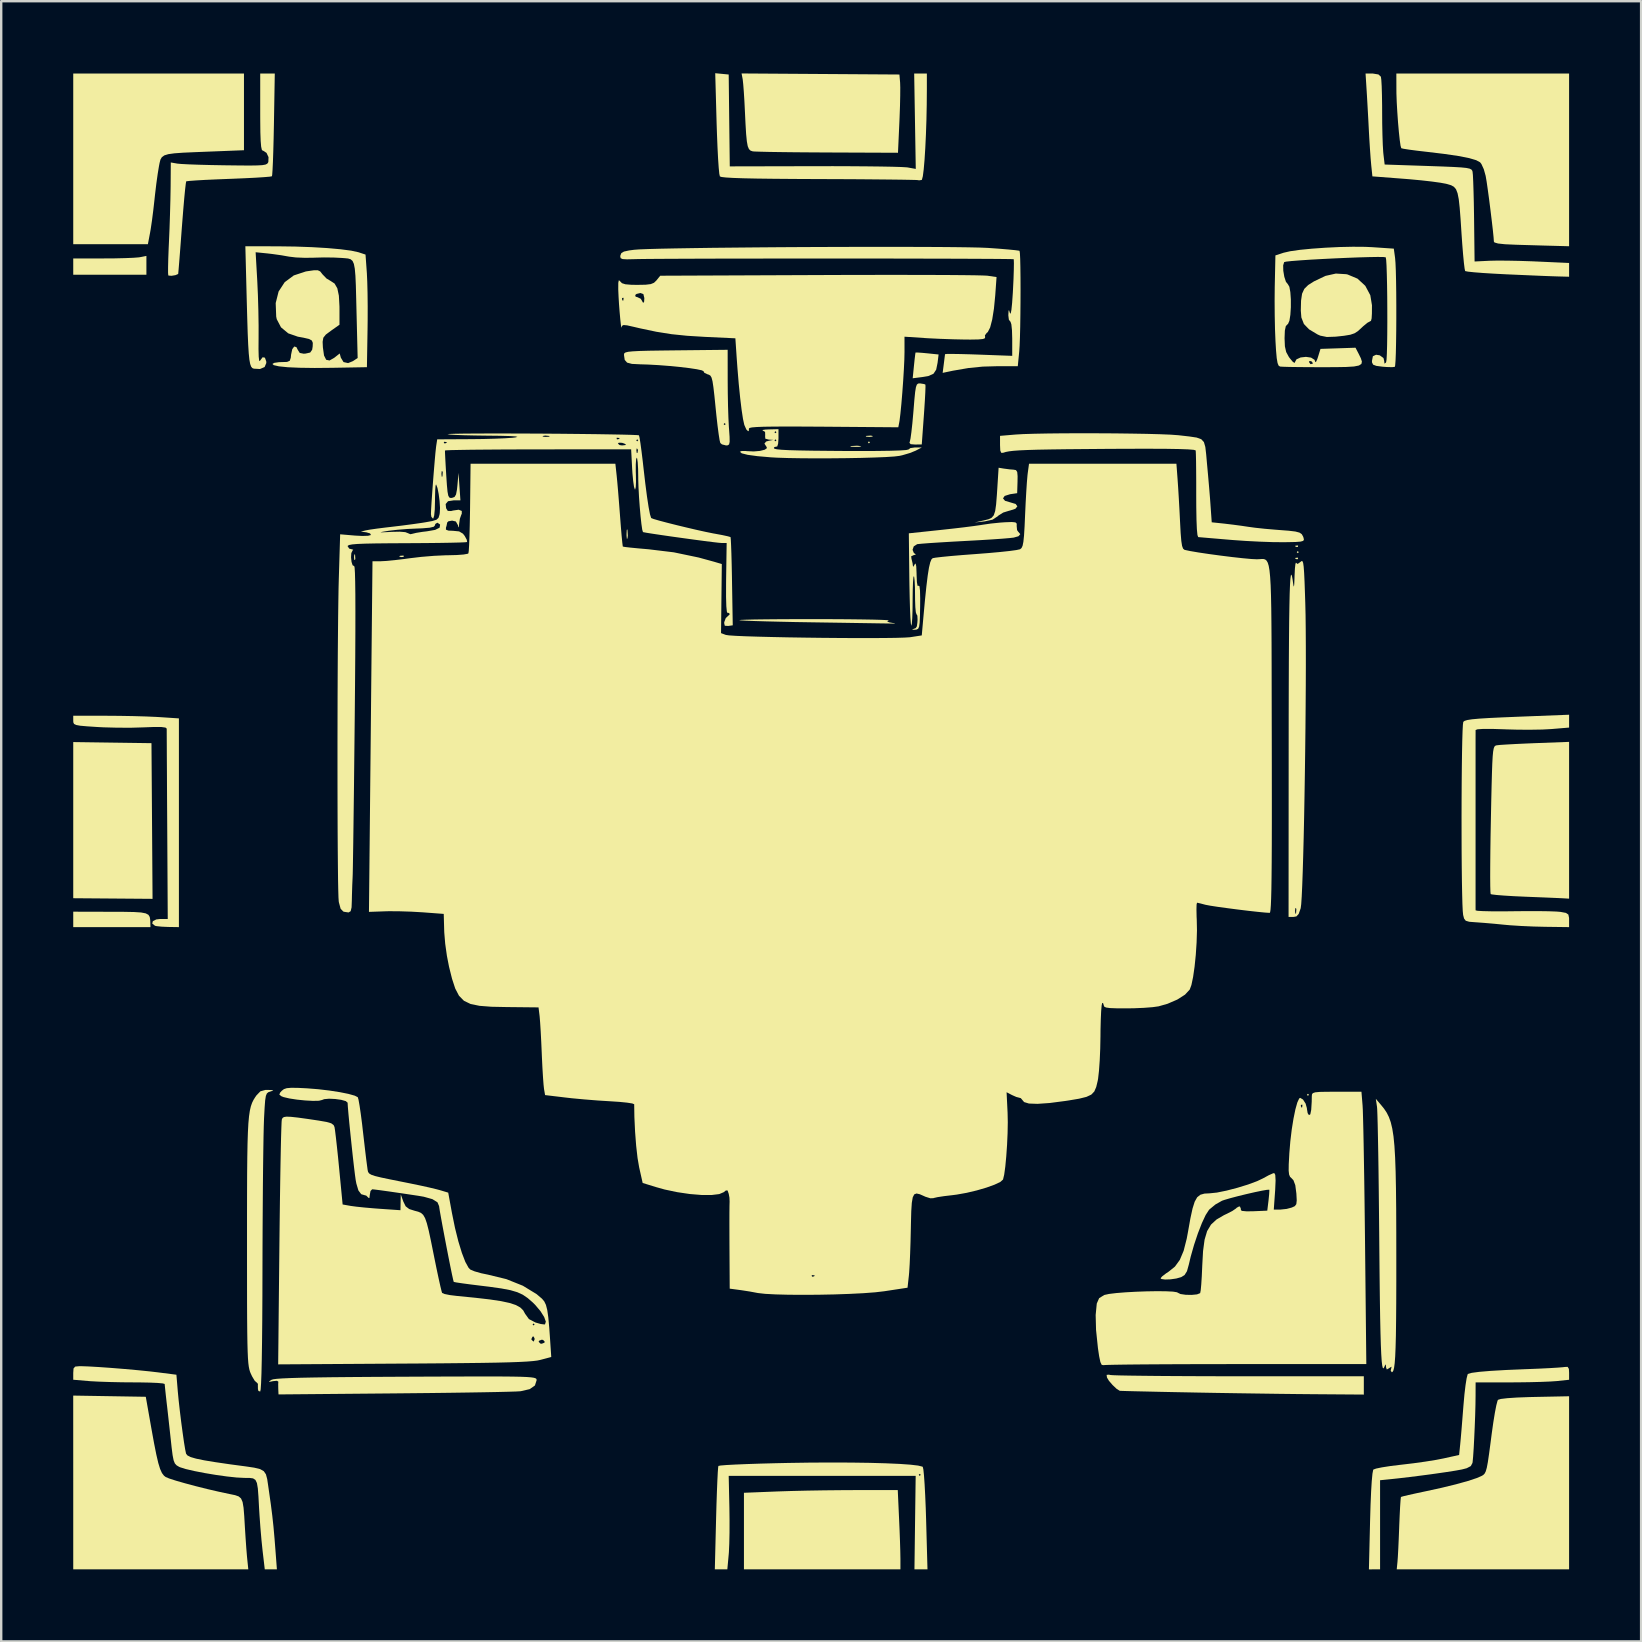
<source format=kicad_pcb>
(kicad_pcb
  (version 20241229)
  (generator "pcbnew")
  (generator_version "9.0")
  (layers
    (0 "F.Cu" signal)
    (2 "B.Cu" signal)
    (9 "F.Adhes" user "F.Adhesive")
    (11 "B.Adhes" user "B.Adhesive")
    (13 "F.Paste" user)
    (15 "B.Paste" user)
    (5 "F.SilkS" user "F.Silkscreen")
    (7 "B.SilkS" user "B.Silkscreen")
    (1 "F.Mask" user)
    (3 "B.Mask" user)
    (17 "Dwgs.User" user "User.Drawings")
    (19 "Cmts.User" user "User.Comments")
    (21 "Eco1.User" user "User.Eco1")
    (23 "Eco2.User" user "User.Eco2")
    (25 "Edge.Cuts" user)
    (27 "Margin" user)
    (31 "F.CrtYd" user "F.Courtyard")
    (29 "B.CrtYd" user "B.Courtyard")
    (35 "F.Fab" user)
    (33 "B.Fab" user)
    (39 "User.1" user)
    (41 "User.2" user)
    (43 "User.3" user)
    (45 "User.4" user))
  (footprint "NAT_PFP_IMG"
    (layer "F.Cu")
    (at 31.158 31.169)
    (property "Reference" "NAT_PFP_IMG" (at 0 0 0) (layer "F.SilkS") (effects (font (size 1.5 1.5) (thickness 0.3))))
    (attr board_only exclude_from_pos_files exclude_from_bom)
    (fp_poly (pts (xy 2.032 -15.79) (xy 1.99 -15.748) (xy 1.947 -15.79) (xy 1.99 -15.833)) (stroke (width 0) (type solid)) (fill yes) (layer "F.SilkS"))
    (fp_poly (pts (xy 19.897 -11.218) (xy 19.854 -11.176) (xy 19.812 -11.218) (xy 19.854 -11.261)) (stroke (width 0) (type solid)) (fill yes) (layer "F.SilkS"))
    (fp_poly (pts (xy 20.32 11.388) (xy 20.278 11.43) (xy 20.235 11.388) (xy 20.278 11.345)) (stroke (width 0) (type solid)) (fill yes) (layer "F.SilkS"))
    (fp_poly (pts (xy -19.417 -11.113) (xy -19.406 -10.939) (xy -19.417 -10.901) (xy -19.448 -10.89) (xy -19.46 -11.007) (xy -19.447 -11.127)) (stroke (width 0) (type solid)) (fill yes) (layer "F.SilkS"))
    (fp_poly (pts (xy -17.38 -11.058) (xy -17.405 -11.019) (xy -17.491 -11.013) (xy -17.581 -11.034) (xy -17.542 -11.065) (xy -17.41 -11.075)) (stroke (width 0) (type solid)) (fill yes) (layer "F.SilkS"))
    (fp_poly (pts (xy 19.868 -11.486) (xy 19.857 -11.436) (xy 19.812 -11.43) (xy 19.742 -11.461) (xy 19.756 -11.486) (xy 19.856 -11.497)) (stroke (width 0) (type solid)) (fill yes) (layer "F.SilkS"))
    (fp_poly (pts (xy 19.868 -10.978) (xy 19.857 -10.928) (xy 19.812 -10.922) (xy 19.742 -10.953) (xy 19.756 -10.978) (xy 19.856 -10.989)) (stroke (width 0) (type solid)) (fill yes) (layer "F.SilkS"))
    (fp_poly (pts (xy -29.527 -3.283) (xy -27.898 -3.26) (xy -27.875 -0.017) (xy -27.853 3.225) (xy -29.505 3.212) (xy -31.157 3.199) (xy -31.157 -0.054) (xy -31.157 -3.306)) (stroke (width 0) (type solid)) (fill yes) (layer "F.SilkS"))
    (fp_poly (pts (xy -8.068 -12.128) (xy -8.054 -11.907) (xy -8.07 -11.789) (xy -8.093 -11.769) (xy -8.106 -11.891) (xy -8.107 -11.98) (xy -8.098 -12.144) (xy -8.079 -12.169)) (stroke (width 0) (type solid)) (fill yes) (layer "F.SilkS"))
    (fp_poly (pts (xy 1.63 -15.638) (xy 1.67 -15.617) (xy 1.564 -15.604) (xy 1.439 -15.602) (xy 1.256 -15.608) (xy 1.206 -15.625) (xy 1.249 -15.638) (xy 1.496 -15.652)) (stroke (width 0) (type solid)) (fill yes) (layer "F.SilkS"))
    (fp_poly (pts (xy 2.139 -16.058) (xy 2.142 -16.03) (xy 2.01 -16.018) (xy 1.99 -16.019) (xy 1.858 -16.031) (xy 1.871 -16.056) (xy 1.885 -16.061) (xy 2.07 -16.073)) (stroke (width 0) (type solid)) (fill yes) (layer "F.SilkS"))
    (fp_poly (pts (xy -28.109 -23.167) (xy -28.109 -22.775) (xy -29.633 -22.775) (xy -31.157 -22.775) (xy -31.157 -23.114) (xy -31.157 -23.453) (xy -29.898 -23.453) (xy -29.43 -23.456) (xy -29.003 -23.466) (xy -28.655 -23.48) (xy -28.423 -23.498) (xy -28.374 -23.506) (xy -28.109 -23.558)) (stroke (width 0) (type solid)) (fill yes) (layer "F.SilkS"))
    (fp_poly (pts (xy -29.612 3.764) (xy -29.045 3.766) (xy -28.625 3.774) (xy -28.33 3.793) (xy -28.137 3.83) (xy -28.025 3.89) (xy -27.97 3.98) (xy -27.95 4.105) (xy -27.946 4.212) (xy -27.94 4.403) (xy -29.549 4.403) (xy -31.157 4.403) (xy -31.157 4.081) (xy -31.157 3.76)) (stroke (width 0) (type solid)) (fill yes) (layer "F.SilkS"))
    (fp_poly (pts (xy 4.216 -19.52) (xy 4.417 -19.501) (xy 4.892 -19.452) (xy 4.849 -19.103) (xy 4.791 -18.819) (xy 4.678 -18.649) (xy 4.469 -18.556) (xy 4.214 -18.512) (xy 3.813 -18.461) (xy 3.866 -18.988) (xy 3.895 -19.265) (xy 3.919 -19.462) (xy 3.931 -19.533) (xy 4.014 -19.534)) (stroke (width 0) (type solid)) (fill yes) (layer "F.SilkS"))
    (fp_poly (pts (xy 3.246 29.062) (xy 3.267 29.541) (xy 3.284 30) (xy 3.296 30.393) (xy 3.301 30.674) (xy 3.302 30.713) (xy 3.302 31.157) (xy 0.042 31.157) (xy -3.217 31.157) (xy -3.217 29.562) (xy -3.217 27.967) (xy -1.807 27.911) (xy -1.253 27.893) (xy -0.588 27.877) (xy 0.128 27.865) (xy 0.838 27.858) (xy 1.397 27.855) (xy 3.191 27.855)) (stroke (width 0) (type solid)) (fill yes) (layer "F.SilkS"))
    (fp_poly (pts (xy 4.127 -18.246) (xy 4.288 -18.221) (xy 4.343 -18.196) (xy 4.346 -18.104) (xy 4.338 -17.873) (xy 4.32 -17.536) (xy 4.293 -17.121) (xy 4.28 -16.933) (xy 4.191 -15.705) (xy 3.913 -15.701) (xy 3.728 -15.715) (xy 3.678 -15.774) (xy 3.695 -15.829) (xy 3.723 -15.958) (xy 3.759 -16.221) (xy 3.799 -16.582) (xy 3.837 -17.006) (xy 3.846 -17.11) (xy 3.883 -17.57) (xy 3.915 -17.887) (xy 3.947 -18.087) (xy 3.986 -18.197) (xy 4.038 -18.241) (xy 4.11 -18.247)) (stroke (width 0) (type solid)) (fill yes) (layer "F.SilkS"))
    (fp_poly (pts (xy -24.045 -29.559) (xy -24.045 -27.961) (xy -25.463 -27.905) (xy -26.098 -27.88) (xy -26.585 -27.858) (xy -26.944 -27.832) (xy -27.196 -27.797) (xy -27.363 -27.746) (xy -27.465 -27.672) (xy -27.524 -27.571) (xy -27.559 -27.435) (xy -27.589 -27.278) (xy -27.638 -26.98) (xy -27.694 -26.579) (xy -27.747 -26.138) (xy -27.772 -25.908) (xy -27.821 -25.473) (xy -27.876 -25.04) (xy -27.93 -24.676) (xy -27.955 -24.532) (xy -28.047 -24.045) (xy -29.602 -24.045) (xy -31.157 -24.045) (xy -31.157 -27.601) (xy -31.157 -31.157) (xy -27.601 -31.157) (xy -24.045 -31.157)) (stroke (width 0) (type solid)) (fill yes) (layer "F.SilkS"))
    (fp_poly (pts (xy -0.028 -31.137) (xy 3.26 -31.115) (xy 3.289 -30.776) (xy 3.295 -30.572) (xy 3.293 -30.238) (xy 3.284 -29.815) (xy 3.267 -29.343) (xy 3.259 -29.146) (xy 3.2 -27.855) (xy 0.266 -27.867) (xy -0.429 -27.871) (xy -1.077 -27.876) (xy -1.655 -27.883) (xy -2.143 -27.89) (xy -2.52 -27.899) (xy -2.765 -27.907) (xy -2.852 -27.914) (xy -2.941 -27.944) (xy -3.008 -28.008) (xy -3.059 -28.129) (xy -3.096 -28.331) (xy -3.126 -28.637) (xy -3.152 -29.07) (xy -3.175 -29.549) (xy -3.197 -29.992) (xy -3.222 -30.393) (xy -3.247 -30.711) (xy -3.268 -30.907) (xy -3.271 -30.926) (xy -3.316 -31.159)) (stroke (width 0) (type solid)) (fill yes) (layer "F.SilkS"))
    (fp_poly (pts (xy 21.869 -22.797) (xy 21.928 -22.785) (xy 22.343 -22.611) (xy 22.667 -22.312) (xy 22.876 -21.92) (xy 22.945 -21.505) (xy 22.943 -21.161) (xy 22.931 -20.955) (xy 22.904 -20.854) (xy 22.858 -20.828) (xy 22.755 -20.773) (xy 22.588 -20.636) (xy 22.514 -20.567) (xy 22.361 -20.426) (xy 22.217 -20.334) (xy 22.039 -20.274) (xy 21.779 -20.231) (xy 21.434 -20.194) (xy 21.066 -20.181) (xy 20.79 -20.237) (xy 20.682 -20.285) (xy 20.326 -20.498) (xy 20.11 -20.721) (xy 20.004 -20.993) (xy 19.981 -21.279) (xy 19.991 -21.694) (xy 20.033 -21.982) (xy 20.126 -22.185) (xy 20.288 -22.345) (xy 20.527 -22.496) (xy 21.008 -22.726) (xy 21.441 -22.823)) (stroke (width 0) (type solid)) (fill yes) (layer "F.SilkS"))
    (fp_poly (pts (xy 7.612 -14.698) (xy 7.857 -14.666) (xy 8.013 -14.654) (xy 8.115 -14.635) (xy 8.167 -14.558) (xy 8.183 -14.385) (xy 8.18 -14.161) (xy 8.165 -13.674) (xy 7.871 -13.631) (xy 7.645 -13.56) (xy 7.575 -13.457) (xy 7.66 -13.356) (xy 7.874 -13.293) (xy 8.102 -13.225) (xy 8.173 -13.126) (xy 8.091 -13.025) (xy 7.859 -12.949) (xy 7.837 -12.945) (xy 7.584 -12.867) (xy 7.387 -12.744) (xy 7.364 -12.718) (xy 7.139 -12.571) (xy 6.808 -12.499) (xy 6.392 -12.453) (xy 6.787 -12.542) (xy 6.972 -12.589) (xy 7.102 -12.65) (xy 7.191 -12.755) (xy 7.249 -12.93) (xy 7.288 -13.205) (xy 7.32 -13.606) (xy 7.337 -13.865) (xy 7.392 -14.734)) (stroke (width 0) (type solid)) (fill yes) (layer "F.SilkS"))
    (fp_poly (pts (xy -29.646 23.943) (xy -28.135 23.968) (xy -27.905 25.269) (xy -27.792 25.893) (xy -27.697 26.371) (xy -27.615 26.724) (xy -27.538 26.975) (xy -27.461 27.145) (xy -27.378 27.254) (xy -27.309 27.309) (xy -27.16 27.372) (xy -26.879 27.463) (xy -26.499 27.572) (xy -26.054 27.691) (xy -25.575 27.811) (xy -25.097 27.922) (xy -24.653 28.017) (xy -24.623 28.023) (xy -24.415 28.066) (xy -24.267 28.118) (xy -24.167 28.204) (xy -24.102 28.353) (xy -24.062 28.59) (xy -24.033 28.943) (xy -24.005 29.422) (xy -23.978 29.844) (xy -23.949 30.259) (xy -23.921 30.6) (xy -23.91 30.713) (xy -23.864 31.157) (xy -27.511 31.157) (xy -31.157 31.157) (xy -31.157 27.538) (xy -31.158 23.918)) (stroke (width 0) (type solid)) (fill yes) (layer "F.SilkS"))
    (fp_poly (pts (xy 12.043 23.06) (xy 12.16 23.069) (xy 12.431 23.078) (xy 12.841 23.086) (xy 13.375 23.093) (xy 14.017 23.1) (xy 14.753 23.105) (xy 15.567 23.109) (xy 16.443 23.112) (xy 17.367 23.113) (xy 17.42 23.113) (xy 22.606 23.114) (xy 22.606 23.495) (xy 22.606 23.876) (xy 20.468 23.86) (xy 19.826 23.854) (xy 19.058 23.845) (xy 18.208 23.833) (xy 17.32 23.82) (xy 16.437 23.806) (xy 15.602 23.791) (xy 15.409 23.787) (xy 14.723 23.774) (xy 14.09 23.761) (xy 13.532 23.748) (xy 13.069 23.738) (xy 12.718 23.729) (xy 12.502 23.722) (xy 12.438 23.719) (xy 12.309 23.638) (xy 12.139 23.478) (xy 11.985 23.298) (xy 11.907 23.167) (xy 11.891 23.056) (xy 11.985 23.046)) (stroke (width 0) (type solid)) (fill yes) (layer "F.SilkS"))
    (fp_poly (pts (xy -0.252 -8.428) (xy 0.459 -8.426) (xy 1.109 -8.422) (xy 1.678 -8.415) (xy 2.151 -8.407) (xy 2.51 -8.397) (xy 2.738 -8.386) (xy 2.817 -8.374) (xy 2.813 -8.371) (xy 2.749 -8.328) (xy 2.838 -8.292) (xy 2.921 -8.278) (xy 3.072 -8.252) (xy 3.066 -8.242) (xy 2.899 -8.243) (xy 2.879 -8.244) (xy 2.726 -8.247) (xy 2.425 -8.251) (xy 1.999 -8.258) (xy 1.469 -8.266) (xy 0.856 -8.276) (xy 0.183 -8.286) (xy -0.395 -8.295) (xy -1.089 -8.306) (xy -1.727 -8.32) (xy -2.292 -8.334) (xy -2.763 -8.348) (xy -3.12 -8.362) (xy -3.345 -8.375) (xy -3.418 -8.385) (xy -3.347 -8.395) (xy -3.125 -8.404) (xy -2.769 -8.413) (xy -2.298 -8.419) (xy -1.73 -8.424) (xy -1.083 -8.427) (xy -0.375 -8.428)) (stroke (width 0) (type solid)) (fill yes) (layer "F.SilkS"))
    (fp_poly (pts (xy 31.157 -0.048) (xy 31.157 3.217) (xy 30.924 3.203) (xy 30.762 3.195) (xy 30.465 3.182) (xy 30.069 3.165) (xy 29.608 3.147) (xy 29.318 3.135) (xy 28.852 3.114) (xy 28.448 3.089) (xy 28.133 3.064) (xy 27.939 3.04) (xy 27.89 3.027) (xy 27.88 2.932) (xy 27.873 2.688) (xy 27.87 2.313) (xy 27.872 1.827) (xy 27.877 1.249) (xy 27.886 0.598) (xy 27.899 -0.081) (xy 27.915 -0.88) (xy 27.93 -1.526) (xy 27.944 -2.036) (xy 27.958 -2.425) (xy 27.974 -2.712) (xy 27.993 -2.911) (xy 28.017 -3.04) (xy 28.046 -3.115) (xy 28.082 -3.152) (xy 28.127 -3.168) (xy 28.141 -3.171) (xy 28.284 -3.187) (xy 28.563 -3.205) (xy 28.946 -3.226) (xy 29.401 -3.247) (xy 29.739 -3.261) (xy 31.157 -3.314)) (stroke (width 0) (type solid)) (fill yes) (layer "F.SilkS"))
    (fp_poly (pts (xy -29.782 -4.402) (xy -29.233 -4.398) (xy -28.667 -4.388) (xy -28.138 -4.373) (xy -27.703 -4.354) (xy -27.58 -4.347) (xy -26.755 -4.292) (xy -26.755 0.055) (xy -26.755 4.403) (xy -27.199 4.396) (xy -27.473 4.384) (xy -27.682 4.362) (xy -27.75 4.347) (xy -27.866 4.254) (xy -27.841 4.156) (xy -27.699 4.083) (xy -27.538 4.064) (xy -27.22 4.064) (xy -27.242 0.148) (xy -27.247 -0.652) (xy -27.251 -1.402) (xy -27.254 -2.083) (xy -27.258 -2.68) (xy -27.26 -3.173) (xy -27.262 -3.548) (xy -27.263 -3.785) (xy -27.263 -3.867) (xy -27.315 -3.91) (xy -27.482 -3.933) (xy -27.782 -3.935) (xy -28.215 -3.919) (xy -28.728 -3.904) (xy -29.317 -3.905) (xy -29.891 -3.92) (xy -30.163 -3.934) (xy -30.585 -3.962) (xy -30.867 -3.987) (xy -31.037 -4.018) (xy -31.123 -4.061) (xy -31.153 -4.125) (xy -31.157 -4.199) (xy -31.157 -4.403)) (stroke (width 0) (type solid)) (fill yes) (layer "F.SilkS"))
    (fp_poly (pts (xy 31.157 -27.559) (xy 31.157 -23.961) (xy 30.501 -23.979) (xy 30.119 -23.989) (xy 29.646 -24.003) (xy 29.157 -24.017) (xy 28.935 -24.024) (xy 28.489 -24.044) (xy 28.198 -24.075) (xy 28.05 -24.118) (xy 28.024 -24.154) (xy 28.012 -24.325) (xy 27.982 -24.625) (xy 27.937 -25.012) (xy 27.884 -25.448) (xy 27.828 -25.892) (xy 27.772 -26.304) (xy 27.723 -26.646) (xy 27.684 -26.876) (xy 27.681 -26.893) (xy 27.604 -27.169) (xy 27.504 -27.387) (xy 27.449 -27.458) (xy 27.284 -27.547) (xy 26.987 -27.634) (xy 26.547 -27.72) (xy 25.956 -27.807) (xy 25.205 -27.897) (xy 25.204 -27.897) (xy 24.812 -27.943) (xy 24.485 -27.986) (xy 24.258 -28.022) (xy 24.166 -28.045) (xy 24.136 -28.15) (xy 24.102 -28.388) (xy 24.066 -28.724) (xy 24.031 -29.122) (xy 24.001 -29.545) (xy 23.977 -29.959) (xy 23.964 -30.327) (xy 23.963 -30.459) (xy 23.961 -31.157) (xy 27.559 -31.157) (xy 31.157 -31.157)) (stroke (width 0) (type solid)) (fill yes) (layer "F.SilkS"))
    (fp_poly (pts (xy 31.157 27.552) (xy 31.157 31.157) (xy 27.567 31.157) (xy 23.977 31.157) (xy 24.008 30.84) (xy 24.023 30.637) (xy 24.041 30.308) (xy 24.06 29.895) (xy 24.078 29.439) (xy 24.081 29.347) (xy 24.099 28.92) (xy 24.117 28.558) (xy 24.135 28.292) (xy 24.15 28.153) (xy 24.154 28.141) (xy 24.244 28.113) (xy 24.467 28.06) (xy 24.79 27.988) (xy 25.179 27.905) (xy 25.195 27.902) (xy 25.857 27.757) (xy 26.447 27.613) (xy 26.94 27.476) (xy 27.312 27.353) (xy 27.504 27.27) (xy 27.579 27.226) (xy 27.637 27.169) (xy 27.685 27.076) (xy 27.729 26.923) (xy 27.773 26.688) (xy 27.823 26.347) (xy 27.886 25.876) (xy 27.936 25.491) (xy 28 25.035) (xy 28.065 24.636) (xy 28.125 24.326) (xy 28.175 24.136) (xy 28.196 24.094) (xy 28.315 24.058) (xy 28.586 24.026) (xy 28.988 23.999) (xy 29.503 23.98) (xy 29.722 23.975) (xy 31.157 23.946)) (stroke (width 0) (type solid)) (fill yes) (layer "F.SilkS"))
    (fp_poly (pts (xy -13.278 23.123) (xy -12.849 23.127) (xy -12.516 23.134) (xy -12.267 23.144) (xy -12.089 23.158) (xy -11.972 23.175) (xy -11.902 23.196) (xy -11.867 23.221) (xy -11.855 23.251) (xy -11.853 23.274) (xy -11.924 23.497) (xy -12.14 23.649) (xy -12.507 23.734) (xy -12.552 23.739) (xy -12.718 23.748) (xy -13.037 23.758) (xy -13.491 23.769) (xy -14.064 23.78) (xy -14.738 23.791) (xy -15.497 23.802) (xy -16.324 23.812) (xy -17.201 23.821) (xy -17.801 23.827) (xy -22.606 23.87) (xy -22.616 23.64) (xy -22.619 23.443) (xy -22.613 23.337) (xy -22.673 23.301) (xy -22.835 23.317) (xy -22.989 23.347) (xy -22.993 23.324) (xy -22.902 23.263) (xy -22.829 23.24) (xy -22.679 23.22) (xy -22.444 23.203) (xy -22.111 23.188) (xy -21.672 23.175) (xy -21.116 23.164) (xy -20.433 23.154) (xy -19.613 23.146) (xy -18.646 23.139) (xy -17.522 23.133) (xy -17.293 23.132) (xy -16.2 23.127) (xy -15.264 23.124) (xy -14.474 23.122) (xy -13.815 23.121)) (stroke (width 0) (type solid)) (fill yes) (layer "F.SilkS"))
    (fp_poly (pts (xy 1.255 26.709) (xy 2.015 26.72) (xy 2.689 26.739) (xy 3.262 26.764) (xy 3.717 26.796) (xy 4.04 26.834) (xy 4.213 26.877) (xy 4.233 26.89) (xy 4.257 26.993) (xy 4.283 27.242) (xy 4.309 27.612) (xy 4.334 28.08) (xy 4.357 28.621) (xy 4.371 29.063) (xy 4.429 31.157) (xy 4.158 31.157) (xy 3.886 31.157) (xy 3.911 29.21) (xy 3.937 27.262) (xy 0.042 27.263) (xy -3.852 27.263) (xy -3.823 28.596) (xy -3.817 29.114) (xy -3.818 29.627) (xy -3.828 30.088) (xy -3.844 30.446) (xy -3.852 30.543) (xy -3.909 31.157) (xy -4.169 31.157) (xy -4.43 31.157) (xy -4.377 29.038) (xy -4.361 28.454) (xy -4.343 27.926) (xy -4.325 27.478) (xy -4.312 27.22) (xy 4.064 27.22) (xy 4.106 27.263) (xy 4.149 27.22) (xy 4.106 27.178) (xy 4.064 27.22) (xy -4.312 27.22) (xy -4.308 27.133) (xy -4.292 26.916) (xy -4.281 26.849) (xy -4.19 26.831) (xy -3.948 26.811) (xy -3.577 26.791) (xy -3.097 26.771) (xy -2.527 26.752) (xy -1.887 26.735) (xy -1.378 26.724) (xy -0.457 26.71) (xy 0.426 26.706)) (stroke (width 0) (type solid)) (fill yes) (layer "F.SilkS"))
    (fp_poly (pts (xy -4.133 -31.142) (xy -3.852 -31.115) (xy -3.83 -29.201) (xy -3.807 -27.288) (xy -0.274 -27.296) (xy 0.497 -27.297) (xy 1.227 -27.294) (xy 1.894 -27.289) (xy 2.481 -27.282) (xy 2.966 -27.273) (xy 3.33 -27.262) (xy 3.553 -27.249) (xy 3.6 -27.244) (xy 3.941 -27.182) (xy 3.908 -29.17) (xy 3.875 -31.157) (xy 4.139 -31.157) (xy 4.403 -31.157) (xy 4.403 -30.494) (xy 4.398 -29.856) (xy 4.385 -29.22) (xy 4.364 -28.609) (xy 4.337 -28.047) (xy 4.306 -27.555) (xy 4.271 -27.157) (xy 4.235 -26.876) (xy 4.197 -26.734) (xy 4.186 -26.722) (xy 4.068 -26.705) (xy 4.048 -26.714) (xy 3.96 -26.721) (xy 3.718 -26.727) (xy 3.341 -26.734) (xy 2.843 -26.74) (xy 2.242 -26.746) (xy 1.555 -26.752) (xy 0.797 -26.756) (xy -0.015 -26.759) (xy -0.063 -26.759) (xy -1.09 -26.764) (xy -1.955 -26.771) (xy -2.668 -26.78) (xy -3.235 -26.792) (xy -3.666 -26.807) (xy -3.968 -26.825) (xy -4.15 -26.846) (xy -4.219 -26.87) (xy -4.243 -26.978) (xy -4.268 -27.231) (xy -4.294 -27.606) (xy -4.318 -28.077) (xy -4.34 -28.621) (xy -4.355 -29.068) (xy -4.413 -31.169)) (stroke (width 0) (type solid)) (fill yes) (layer "F.SilkS"))
    (fp_poly (pts (xy -3.894 -18.354) (xy -3.89 -17.831) (xy -3.88 -17.302) (xy -3.864 -16.819) (xy -3.845 -16.438) (xy -3.839 -16.362) (xy -3.815 -16.02) (xy -3.812 -15.813) (xy -3.835 -15.707) (xy -3.892 -15.668) (xy -3.962 -15.663) (xy -4.134 -15.707) (xy -4.201 -15.764) (xy -4.23 -15.879) (xy -4.27 -16.132) (xy -4.317 -16.491) (xy -4.324 -16.552) (xy -4.064 -16.552) (xy -4.022 -16.51) (xy -3.979 -16.552) (xy -4.022 -16.595) (xy -4.064 -16.552) (xy -4.324 -16.552) (xy -4.366 -16.926) (xy -4.396 -17.221) (xy -4.447 -17.728) (xy -4.489 -18.091) (xy -4.526 -18.335) (xy -4.566 -18.487) (xy -4.614 -18.57) (xy -4.676 -18.609) (xy -4.725 -18.623) (xy -4.867 -18.689) (xy -4.9 -18.754) (xy -4.971 -18.792) (xy -5.18 -18.837) (xy -5.496 -18.885) (xy -5.888 -18.931) (xy -6.327 -18.974) (xy -6.779 -19.009) (xy -7.216 -19.033) (xy -7.547 -19.043) (xy -7.884 -19.06) (xy -8.084 -19.113) (xy -8.183 -19.225) (xy -8.212 -19.415) (xy -8.213 -19.46) (xy -8.2 -19.503) (xy -8.148 -19.537) (xy -8.038 -19.564) (xy -7.851 -19.583) (xy -7.568 -19.598) (xy -7.171 -19.609) (xy -6.639 -19.617) (xy -6.054 -19.624) (xy -3.895 -19.647)) (stroke (width 0) (type solid)) (fill yes) (layer "F.SilkS"))
    (fp_poly (pts (xy 23.323 11.811) (xy 23.45 11.968) (xy 23.559 12.132) (xy 23.651 12.315) (xy 23.728 12.531) (xy 23.791 12.795) (xy 23.842 13.119) (xy 23.881 13.518) (xy 23.91 14.006) (xy 23.931 14.595) (xy 23.945 15.3) (xy 23.954 16.134) (xy 23.958 17.112) (xy 23.959 18.128) (xy 23.959 19.175) (xy 23.956 20.065) (xy 23.95 20.809) (xy 23.942 21.419) (xy 23.929 21.907) (xy 23.913 22.286) (xy 23.892 22.566) (xy 23.866 22.76) (xy 23.835 22.879) (xy 23.797 22.936) (xy 23.771 22.945) (xy 23.726 22.882) (xy 23.742 22.806) (xy 23.764 22.714) (xy 23.691 22.753) (xy 23.666 22.774) (xy 23.564 22.832) (xy 23.533 22.747) (xy 23.531 22.722) (xy 23.521 22.616) (xy 23.486 22.664) (xy 23.457 22.733) (xy 23.425 22.785) (xy 23.397 22.767) (xy 23.373 22.669) (xy 23.351 22.482) (xy 23.332 22.197) (xy 23.315 21.805) (xy 23.3 21.297) (xy 23.286 20.662) (xy 23.274 19.892) (xy 23.263 18.977) (xy 23.253 17.909) (xy 23.246 17.103) (xy 23.237 16.2) (xy 23.228 15.339) (xy 23.218 14.538) (xy 23.207 13.812) (xy 23.195 13.178) (xy 23.184 12.651) (xy 23.173 12.25) (xy 23.163 11.989) (xy 23.156 11.896) (xy 23.106 11.557)) (stroke (width 0) (type solid)) (fill yes) (layer "F.SilkS"))
    (fp_poly (pts (xy 20.05 -10.839) (xy 20.078 -10.768) (xy 20.1 -10.614) (xy 20.119 -10.358) (xy 20.137 -9.982) (xy 20.155 -9.467) (xy 20.167 -9.096) (xy 20.179 -8.606) (xy 20.186 -8.001) (xy 20.19 -7.3) (xy 20.191 -6.518) (xy 20.188 -5.671) (xy 20.182 -4.777) (xy 20.174 -3.852) (xy 20.163 -2.913) (xy 20.15 -1.976) (xy 20.135 -1.058) (xy 20.119 -0.176) (xy 20.101 0.655) (xy 20.081 1.416) (xy 20.061 2.093) (xy 20.04 2.668) (xy 20.019 3.124) (xy 19.998 3.445) (xy 19.976 3.614) (xy 19.975 3.619) (xy 19.894 3.851) (xy 19.798 3.957) (xy 19.673 3.979) (xy 19.471 3.979) (xy 19.471 3.725) (xy 19.741 3.725) (xy 19.754 3.846) (xy 19.783 3.831) (xy 19.795 3.658) (xy 19.783 3.619) (xy 19.753 3.609) (xy 19.741 3.725) (xy 19.471 3.725) (xy 19.475 -3.048) (xy 19.476 -4.424) (xy 19.479 -5.636) (xy 19.483 -6.692) (xy 19.489 -7.598) (xy 19.496 -8.36) (xy 19.506 -8.985) (xy 19.517 -9.48) (xy 19.531 -9.851) (xy 19.547 -10.105) (xy 19.566 -10.247) (xy 19.588 -10.284) (xy 19.612 -10.223) (xy 19.64 -10.071) (xy 19.651 -9.991) (xy 19.677 -9.82) (xy 19.694 -9.78) (xy 19.707 -9.882) (xy 19.718 -10.137) (xy 19.721 -10.245) (xy 19.735 -10.531) (xy 19.756 -10.721) (xy 19.778 -10.783) (xy 19.783 -10.775) (xy 19.849 -10.725) (xy 19.967 -10.811) (xy 20.013 -10.848)) (stroke (width 0) (type solid)) (fill yes) (layer "F.SilkS"))
    (fp_poly (pts (xy -22.859 11.194) (xy -22.829 11.213) (xy -22.943 11.251) (xy -22.945 11.251) (xy -23.031 11.281) (xy -23.092 11.334) (xy -23.133 11.437) (xy -23.162 11.621) (xy -23.184 11.912) (xy -23.207 12.34) (xy -23.21 12.407) (xy -23.22 12.694) (xy -23.23 13.132) (xy -23.239 13.701) (xy -23.248 14.381) (xy -23.256 15.155) (xy -23.262 16.002) (xy -23.268 16.904) (xy -23.272 17.842) (xy -23.274 18.601) (xy -23.277 19.773) (xy -23.283 20.802) (xy -23.292 21.683) (xy -23.303 22.413) (xy -23.316 22.989) (xy -23.332 23.406) (xy -23.349 23.66) (xy -23.368 23.749) (xy -23.442 23.726) (xy -23.463 23.648) (xy -23.466 23.484) (xy -23.463 23.431) (xy -23.514 23.369) (xy -23.524 23.368) (xy -23.599 23.298) (xy -23.705 23.12) (xy -23.757 23.011) (xy -23.791 22.93) (xy -23.819 22.837) (xy -23.843 22.719) (xy -23.863 22.563) (xy -23.879 22.354) (xy -23.891 22.081) (xy -23.901 21.728) (xy -23.908 21.283) (xy -23.913 20.732) (xy -23.916 20.062) (xy -23.917 19.259) (xy -23.918 18.31) (xy -23.918 17.529) (xy -23.918 16.42) (xy -23.916 15.468) (xy -23.913 14.658) (xy -23.906 13.978) (xy -23.896 13.414) (xy -23.881 12.952) (xy -23.861 12.58) (xy -23.834 12.285) (xy -23.8 12.052) (xy -23.758 11.869) (xy -23.707 11.722) (xy -23.646 11.598) (xy -23.575 11.484) (xy -23.523 11.41) (xy -23.361 11.243) (xy -23.155 11.186) (xy -23.045 11.184)) (stroke (width 0) (type solid)) (fill yes) (layer "F.SilkS"))
    (fp_poly (pts (xy -22.797 -29.04) (xy -22.809 -28.458) (xy -22.823 -27.934) (xy -22.838 -27.49) (xy -22.854 -27.15) (xy -22.869 -26.938) (xy -22.88 -26.876) (xy -22.975 -26.859) (xy -23.213 -26.839) (xy -23.569 -26.816) (xy -24.016 -26.794) (xy -24.529 -26.772) (xy -24.668 -26.767) (xy -25.193 -26.746) (xy -25.659 -26.725) (xy -26.04 -26.703) (xy -26.309 -26.683) (xy -26.442 -26.667) (xy -26.451 -26.664) (xy -26.468 -26.571) (xy -26.496 -26.334) (xy -26.531 -25.977) (xy -26.57 -25.525) (xy -26.612 -25.001) (xy -26.634 -24.72) (xy -26.675 -24.173) (xy -26.712 -23.686) (xy -26.744 -23.284) (xy -26.768 -22.991) (xy -26.783 -22.83) (xy -26.786 -22.807) (xy -26.899 -22.757) (xy -27.061 -22.73) (xy -27.183 -22.739) (xy -27.198 -22.751) (xy -27.207 -22.854) (xy -27.206 -23.096) (xy -27.198 -23.446) (xy -27.182 -23.873) (xy -27.17 -24.13) (xy -27.146 -24.693) (xy -27.126 -25.3) (xy -27.11 -25.884) (xy -27.101 -26.376) (xy -27.1 -26.447) (xy -27.093 -27.451) (xy -26.818 -27.403) (xy -26.651 -27.388) (xy -26.344 -27.372) (xy -25.93 -27.357) (xy -25.439 -27.344) (xy -24.901 -27.334) (xy -24.815 -27.333) (xy -24.232 -27.326) (xy -23.797 -27.323) (xy -23.486 -27.328) (xy -23.277 -27.34) (xy -23.148 -27.363) (xy -23.076 -27.399) (xy -23.04 -27.448) (xy -23.029 -27.477) (xy -23.022 -27.672) (xy -23.105 -27.85) (xy -23.242 -27.939) (xy -23.261 -27.94) (xy -23.3 -27.979) (xy -23.329 -28.109) (xy -23.349 -28.346) (xy -23.362 -28.708) (xy -23.367 -29.212) (xy -23.368 -29.549) (xy -23.368 -31.157) (xy -23.065 -31.157) (xy -22.761 -31.157)) (stroke (width 0) (type solid)) (fill yes) (layer "F.SilkS"))
    (fp_poly (pts (xy 31.149 22.807) (xy 31.157 22.973) (xy 31.157 23.259) (xy 30.637 23.314) (xy 30.372 23.332) (xy 29.98 23.348) (xy 29.504 23.36) (xy 28.987 23.367) (xy 28.69 23.368) (xy 27.263 23.368) (xy 27.261 23.939) (xy 27.256 24.309) (xy 27.244 24.748) (xy 27.226 25.219) (xy 27.205 25.684) (xy 27.183 26.107) (xy 27.16 26.45) (xy 27.139 26.676) (xy 27.131 26.726) (xy 27.062 26.855) (xy 26.892 26.944) (xy 26.691 26.996) (xy 26.428 27.044) (xy 26.038 27.105) (xy 25.561 27.174) (xy 25.039 27.244) (xy 24.512 27.311) (xy 24.022 27.368) (xy 23.77 27.395) (xy 23.283 27.444) (xy 23.283 29.301) (xy 23.283 31.157) (xy 23.05 31.157) (xy 22.818 31.158) (xy 22.867 29.123) (xy 22.886 28.466) (xy 22.91 27.91) (xy 22.937 27.473) (xy 22.966 27.169) (xy 22.996 27.014) (xy 23.004 27) (xy 23.118 26.958) (xy 23.365 26.907) (xy 23.712 26.853) (xy 24.122 26.803) (xy 24.183 26.796) (xy 24.671 26.738) (xy 25.171 26.668) (xy 25.619 26.596) (xy 25.925 26.536) (xy 26.576 26.392) (xy 26.62 25.959) (xy 26.643 25.715) (xy 26.675 25.347) (xy 26.711 24.9) (xy 26.749 24.421) (xy 26.759 24.3) (xy 26.798 23.861) (xy 26.843 23.483) (xy 26.888 23.199) (xy 26.929 23.039) (xy 26.943 23.017) (xy 27.099 22.971) (xy 27.414 22.929) (xy 27.891 22.889) (xy 28.531 22.852) (xy 29.339 22.818) (xy 29.422 22.815) (xy 29.897 22.796) (xy 30.325 22.775) (xy 30.671 22.754) (xy 30.9 22.736) (xy 30.967 22.727) (xy 31.096 22.721)) (stroke (width 0) (type solid)) (fill yes) (layer "F.SilkS"))
    (fp_poly (pts (xy -1.778 -15.955) (xy -1.793 -15.737) (xy -1.829 -15.621) (xy -1.854 -15.616) (xy -1.946 -15.597) (xy -1.97 -15.557) (xy -1.947 -15.527) (xy -1.843 -15.502) (xy -1.646 -15.482) (xy -1.34 -15.466) (xy -0.914 -15.454) (xy -0.353 -15.444) (xy 0.357 -15.437) (xy 0.815 -15.433) (xy 1.63 -15.43) (xy 2.319 -15.433) (xy 2.873 -15.441) (xy 3.283 -15.454) (xy 3.542 -15.472) (xy 3.64 -15.494) (xy 3.641 -15.497) (xy 3.715 -15.552) (xy 3.895 -15.578) (xy 3.916 -15.578) (xy 4.191 -15.578) (xy 3.937 -15.445) (xy 3.697 -15.348) (xy 3.389 -15.257) (xy 3.26 -15.228) (xy 3.042 -15.202) (xy 2.684 -15.179) (xy 2.213 -15.16) (xy 1.658 -15.144) (xy 1.048 -15.133) (xy 0.412 -15.127) (xy -0.223 -15.125) (xy -0.828 -15.129) (xy -1.374 -15.138) (xy -1.833 -15.153) (xy -2.085 -15.167) (xy -2.653 -15.216) (xy -3.062 -15.272) (xy -3.307 -15.334) (xy -3.387 -15.399) (xy -3.313 -15.431) (xy -3.132 -15.43) (xy -3.09 -15.425) (xy -2.807 -15.413) (xy -2.548 -15.435) (xy -2.352 -15.484) (xy -2.259 -15.551) (xy -2.275 -15.602) (xy -2.364 -15.738) (xy -2.295 -15.825) (xy -2.18 -15.858) (xy -2.09 -15.875) (xy -1.947 -15.875) (xy -1.905 -15.833) (xy -1.863 -15.875) (xy -1.905 -15.917) (xy -1.947 -15.875) (xy -2.09 -15.875) (xy -1.99 -15.894) (xy -2.186 -15.906) (xy -2.327 -15.945) (xy -2.336 -16.062) (xy -2.331 -16.08) (xy -2.336 -16.214) (xy -1.947 -16.214) (xy -1.905 -16.171) (xy -1.863 -16.214) (xy -1.905 -16.256) (xy -1.947 -16.214) (xy -2.336 -16.214) (xy -2.337 -16.228) (xy -2.431 -16.282) (xy -2.446 -16.306) (xy -2.32 -16.324) (xy -2.18 -16.331) (xy -1.778 -16.341)) (stroke (width 0) (type solid)) (fill yes) (layer "F.SilkS"))
    (fp_poly (pts (xy 23.216 -31.117) (xy 23.317 -31.023) (xy 23.334 -30.896) (xy 23.35 -30.631) (xy 23.361 -30.262) (xy 23.368 -29.822) (xy 23.369 -29.563) (xy 23.372 -29.066) (xy 23.382 -28.592) (xy 23.396 -28.185) (xy 23.414 -27.885) (xy 23.422 -27.801) (xy 23.474 -27.365) (xy 25.285 -27.304) (xy 25.882 -27.283) (xy 26.332 -27.264) (xy 26.656 -27.245) (xy 26.876 -27.223) (xy 27.012 -27.194) (xy 27.087 -27.157) (xy 27.123 -27.108) (xy 27.136 -27.062) (xy 27.15 -26.925) (xy 27.163 -26.648) (xy 27.176 -26.257) (xy 27.188 -25.782) (xy 27.197 -25.25) (xy 27.199 -25.104) (xy 27.22 -23.326) (xy 27.843 -23.356) (xy 28.153 -23.363) (xy 28.584 -23.361) (xy 29.086 -23.351) (xy 29.61 -23.334) (xy 29.811 -23.325) (xy 31.157 -23.264) (xy 31.157 -22.977) (xy 31.157 -22.691) (xy 30.671 -22.704) (xy 30.43 -22.712) (xy 30.057 -22.726) (xy 29.589 -22.746) (xy 29.062 -22.769) (xy 28.533 -22.792) (xy 28.021 -22.819) (xy 27.568 -22.847) (xy 27.2 -22.876) (xy 26.946 -22.903) (xy 26.83 -22.926) (xy 26.827 -22.928) (xy 26.805 -23.028) (xy 26.775 -23.268) (xy 26.741 -23.621) (xy 26.706 -24.057) (xy 26.677 -24.469) (xy 26.636 -25.094) (xy 26.599 -25.571) (xy 26.56 -25.922) (xy 26.511 -26.169) (xy 26.447 -26.334) (xy 26.36 -26.437) (xy 26.243 -26.502) (xy 26.091 -26.548) (xy 26.029 -26.564) (xy 25.796 -26.607) (xy 25.437 -26.657) (xy 24.991 -26.707) (xy 24.503 -26.753) (xy 24.287 -26.77) (xy 22.963 -26.872) (xy 22.914 -27.342) (xy 22.889 -27.631) (xy 22.861 -28.026) (xy 22.833 -28.469) (xy 22.818 -28.744) (xy 22.793 -29.229) (xy 22.764 -29.749) (xy 22.737 -30.223) (xy 22.725 -30.416) (xy 22.678 -31.157) (xy 22.972 -31.157)) (stroke (width 0) (type solid)) (fill yes) (layer "F.SilkS"))
    (fp_poly (pts (xy 31.157 -4.177) (xy 31.157 -3.91) (xy 30.416 -3.848) (xy 30.042 -3.828) (xy 29.56 -3.82) (xy 29.028 -3.822) (xy 28.508 -3.836) (xy 28.469 -3.838) (xy 27.959 -3.854) (xy 27.579 -3.854) (xy 27.343 -3.838) (xy 27.262 -3.808) (xy 27.262 -3.707) (xy 27.261 -3.46) (xy 27.261 -3.085) (xy 27.261 -2.605) (xy 27.261 -2.04) (xy 27.261 -1.412) (xy 27.261 -0.741) (xy 27.261 -0.05) (xy 27.261 0.641) (xy 27.261 1.311) (xy 27.261 1.939) (xy 27.261 2.504) (xy 27.261 2.983) (xy 27.261 3.358) (xy 27.261 3.605) (xy 27.262 3.704) (xy 27.262 3.704) (xy 27.342 3.723) (xy 27.566 3.736) (xy 27.906 3.744) (xy 28.338 3.746) (xy 28.834 3.742) (xy 28.85 3.741) (xy 29.379 3.736) (xy 29.874 3.736) (xy 30.3 3.742) (xy 30.623 3.754) (xy 30.797 3.768) (xy 31.023 3.81) (xy 31.127 3.88) (xy 31.156 4.022) (xy 31.157 4.112) (xy 31.157 4.403) (xy 30.163 4.39) (xy 29.674 4.378) (xy 29.159 4.355) (xy 28.691 4.325) (xy 28.448 4.303) (xy 28.042 4.263) (xy 27.634 4.228) (xy 27.302 4.203) (xy 27.264 4.201) (xy 26.997 4.18) (xy 26.852 4.137) (xy 26.782 4.046) (xy 26.743 3.895) (xy 26.727 3.732) (xy 26.713 3.429) (xy 26.702 3.004) (xy 26.692 2.479) (xy 26.685 1.874) (xy 26.68 1.21) (xy 26.678 0.508) (xy 26.677 -0.212) (xy 26.679 -0.93) (xy 26.683 -1.624) (xy 26.689 -2.274) (xy 26.697 -2.86) (xy 26.707 -3.361) (xy 26.719 -3.755) (xy 26.733 -4.024) (xy 26.749 -4.146) (xy 26.751 -4.149) (xy 26.805 -4.19) (xy 26.921 -4.225) (xy 27.116 -4.255) (xy 27.41 -4.282) (xy 27.821 -4.308) (xy 28.366 -4.334) (xy 28.995 -4.36) (xy 31.158 -4.445)) (stroke (width 0) (type solid)) (fill yes) (layer "F.SilkS"))
    (fp_poly (pts (xy 11.516 -16.169) (xy 12.236 -16.165) (xy 12.927 -16.156) (xy 13.562 -16.145) (xy 14.115 -16.13) (xy 14.557 -16.112) (xy 14.862 -16.09) (xy 14.904 -16.086) (xy 15.342 -16.036) (xy 15.642 -15.991) (xy 15.834 -15.922) (xy 15.945 -15.801) (xy 16.003 -15.6) (xy 16.039 -15.29) (xy 16.071 -14.924) (xy 16.116 -14.435) (xy 16.161 -13.917) (xy 16.2 -13.444) (xy 16.218 -13.194) (xy 16.27 -12.461) (xy 16.792 -12.406) (xy 17.175 -12.36) (xy 17.58 -12.305) (xy 17.78 -12.275) (xy 18.08 -12.234) (xy 18.48 -12.191) (xy 18.909 -12.154) (xy 19.063 -12.142) (xy 19.477 -12.11) (xy 19.754 -12.077) (xy 19.925 -12.032) (xy 20.022 -11.965) (xy 20.077 -11.866) (xy 20.096 -11.811) (xy 20.11 -11.736) (xy 20.079 -11.687) (xy 19.973 -11.657) (xy 19.766 -11.641) (xy 19.429 -11.634) (xy 19.24 -11.632) (xy 18.804 -11.636) (xy 18.264 -11.655) (xy 17.684 -11.685) (xy 17.131 -11.724) (xy 17.06 -11.73) (xy 16.611 -11.768) (xy 16.219 -11.801) (xy 15.918 -11.827) (xy 15.739 -11.842) (xy 15.706 -11.845) (xy 15.675 -11.932) (xy 15.651 -12.177) (xy 15.635 -12.572) (xy 15.626 -13.107) (xy 15.624 -13.61) (xy 15.624 -14.142) (xy 15.621 -14.618) (xy 15.617 -15.011) (xy 15.61 -15.295) (xy 15.603 -15.443) (xy 15.6 -15.456) (xy 15.519 -15.48) (xy 15.29 -15.499) (xy 14.909 -15.513) (xy 14.373 -15.522) (xy 13.678 -15.525) (xy 12.82 -15.524) (xy 11.957 -15.52) (xy 11.006 -15.512) (xy 10.209 -15.505) (xy 9.552 -15.496) (xy 9.019 -15.486) (xy 8.595 -15.473) (xy 8.266 -15.458) (xy 8.016 -15.44) (xy 7.83 -15.418) (xy 7.693 -15.392) (xy 7.591 -15.36) (xy 7.585 -15.358) (xy 7.501 -15.355) (xy 7.461 -15.453) (xy 7.451 -15.684) (xy 7.451 -16.062) (xy 8.098 -16.117) (xy 8.425 -16.136) (xy 8.885 -16.15) (xy 9.451 -16.161) (xy 10.096 -16.168) (xy 10.793 -16.17)) (stroke (width 0) (type solid)) (fill yes) (layer "F.SilkS"))
    (fp_poly (pts (xy -30.84 22.693) (xy -30.525 22.704) (xy -30.087 22.729) (xy -29.568 22.766) (xy -29.014 22.811) (xy -28.468 22.86) (xy -27.974 22.91) (xy -27.633 22.95) (xy -26.859 23.049) (xy -26.802 23.738) (xy -26.766 24.112) (xy -26.717 24.548) (xy -26.661 25.008) (xy -26.601 25.455) (xy -26.545 25.85) (xy -26.495 26.155) (xy -26.458 26.333) (xy -26.455 26.341) (xy -26.399 26.412) (xy -26.267 26.479) (xy -26.04 26.545) (xy -25.701 26.615) (xy -25.233 26.692) (xy -24.618 26.782) (xy -24.469 26.802) (xy -23.972 26.868) (xy -23.616 26.921) (xy -23.374 26.98) (xy -23.221 27.066) (xy -23.13 27.198) (xy -23.077 27.396) (xy -23.035 27.68) (xy -23 27.925) (xy -22.925 28.451) (xy -22.866 28.915) (xy -22.816 29.376) (xy -22.77 29.893) (xy -22.725 30.469) (xy -22.673 31.157) (xy -22.925 31.157) (xy -23.178 31.157) (xy -23.27 30.374) (xy -23.315 29.941) (xy -23.36 29.42) (xy -23.398 28.892) (xy -23.415 28.617) (xy -23.441 28.13) (xy -23.467 27.786) (xy -23.505 27.561) (xy -23.568 27.43) (xy -23.667 27.367) (xy -23.814 27.348) (xy -24.022 27.347) (xy -24.03 27.347) (xy -24.349 27.331) (xy -24.758 27.287) (xy -25.216 27.223) (xy -25.682 27.145) (xy -26.113 27.061) (xy -26.47 26.978) (xy -26.709 26.903) (xy -26.746 26.886) (xy -26.851 26.824) (xy -26.924 26.744) (xy -26.976 26.613) (xy -27.018 26.399) (xy -27.06 26.068) (xy -27.088 25.806) (xy -27.14 25.331) (xy -27.195 24.833) (xy -27.245 24.386) (xy -27.27 24.175) (xy -27.306 23.851) (xy -27.333 23.593) (xy -27.347 23.448) (xy -27.347 23.434) (xy -27.427 23.411) (xy -27.647 23.391) (xy -27.977 23.377) (xy -28.388 23.369) (xy -28.605 23.368) (xy -29.116 23.364) (xy -29.63 23.353) (xy -30.093 23.337) (xy -30.452 23.318) (xy -30.51 23.313) (xy -31.157 23.258) (xy -31.157 22.975) (xy -31.145 22.789) (xy -31.075 22.71) (xy -30.897 22.693)) (stroke (width 0) (type solid)) (fill yes) (layer "F.SilkS"))
    (fp_poly (pts (xy 8.092 -12.458) (xy 8.147 -12.406) (xy 8.145 -12.305) (xy 8.145 -12.305) (xy 8.161 -12.136) (xy 8.209 -12.068) (xy 8.295 -11.967) (xy 8.219 -11.88) (xy 8.022 -11.824) (xy 7.856 -11.805) (xy 7.551 -11.779) (xy 7.136 -11.75) (xy 6.643 -11.719) (xy 6.1 -11.689) (xy 5.969 -11.682) (xy 5.426 -11.652) (xy 4.932 -11.622) (xy 4.514 -11.595) (xy 4.202 -11.571) (xy 4.022 -11.553) (xy 4 -11.55) (xy 3.858 -11.461) (xy 3.807 -11.314) (xy 3.863 -11.18) (xy 3.916 -11.147) (xy 3.94 -11.111) (xy 3.864 -11.098) (xy 3.751 -11.048) (xy 3.759 -10.957) (xy 3.809 -10.75) (xy 3.816 -10.682) (xy 3.832 -10.603) (xy 3.88 -10.677) (xy 3.895 -10.71) (xy 3.935 -10.746) (xy 3.961 -10.627) (xy 3.974 -10.346) (xy 3.975 -10.287) (xy 3.988 -9.966) (xy 4.017 -9.812) (xy 4.06 -9.818) (xy 4.095 -9.8) (xy 4.117 -9.62) (xy 4.125 -9.287) (xy 4.123 -8.972) (xy 4.115 -8.555) (xy 4.103 -8.278) (xy 4.08 -8.112) (xy 4.04 -8.027) (xy 3.975 -7.994) (xy 3.895 -7.985) (xy 3.785 -7.986) (xy 3.831 -8.013) (xy 3.831 -8.013) (xy 3.936 -8.052) (xy 3.986 -8.125) (xy 4.008 -8.286) (xy 4.015 -8.403) (xy 4.007 -8.572) (xy 3.969 -8.636) (xy 3.943 -8.714) (xy 3.923 -8.924) (xy 3.912 -9.228) (xy 3.911 -9.403) (xy 3.907 -9.747) (xy 3.893 -10.024) (xy 3.873 -10.192) (xy 3.862 -10.221) (xy 3.842 -10.162) (xy 3.826 -9.963) (xy 3.815 -9.654) (xy 3.81 -9.265) (xy 3.81 -9.186) (xy 3.806 -8.786) (xy 3.794 -8.461) (xy 3.777 -8.242) (xy 3.757 -8.156) (xy 3.752 -8.157) (xy 3.735 -8.255) (xy 3.717 -8.498) (xy 3.701 -8.859) (xy 3.688 -9.315) (xy 3.677 -9.841) (xy 3.673 -10.109) (xy 3.652 -12.002) (xy 4.98 -12.143) (xy 5.474 -12.197) (xy 5.945 -12.252) (xy 6.349 -12.304) (xy 6.645 -12.346) (xy 6.731 -12.36) (xy 7.068 -12.409) (xy 7.46 -12.449) (xy 7.662 -12.463) (xy 7.943 -12.473)) (stroke (width 0) (type solid)) (fill yes) (layer "F.SilkS"))
    (fp_poly (pts (xy 3.183 -23.936) (xy 4.05 -23.933) (xy 4.841 -23.93) (xy 5.54 -23.924) (xy 6.129 -23.916) (xy 6.594 -23.906) (xy 6.917 -23.893) (xy 6.971 -23.89) (xy 7.413 -23.858) (xy 7.793 -23.826) (xy 8.079 -23.798) (xy 8.24 -23.776) (xy 8.264 -23.768) (xy 8.279 -23.671) (xy 8.291 -23.433) (xy 8.299 -23.082) (xy 8.304 -22.646) (xy 8.306 -22.153) (xy 8.304 -21.631) (xy 8.299 -21.109) (xy 8.292 -20.614) (xy 8.281 -20.175) (xy 8.267 -19.82) (xy 8.251 -19.579) (xy 8.191 -18.965) (xy 7.376 -18.965) (xy 6.732 -18.947) (xy 6.133 -18.887) (xy 5.488 -18.776) (xy 5.346 -18.746) (xy 5.061 -18.686) (xy 5.109 -19.059) (xy 5.138 -19.291) (xy 5.157 -19.441) (xy 5.16 -19.465) (xy 5.242 -19.474) (xy 5.464 -19.475) (xy 5.8 -19.47) (xy 6.221 -19.459) (xy 6.562 -19.447) (xy 7.959 -19.395) (xy 7.959 -20.111) (xy 7.949 -20.461) (xy 7.923 -20.708) (xy 7.885 -20.823) (xy 7.874 -20.828) (xy 7.819 -20.902) (xy 7.797 -21.082) (xy 7.798 -21.103) (xy 7.807 -21.278) (xy 7.826 -21.294) (xy 7.867 -21.167) (xy 7.895 -21.159) (xy 7.925 -21.308) (xy 7.955 -21.599) (xy 7.984 -22.02) (xy 7.992 -22.169) (xy 8.013 -22.604) (xy 8.025 -22.975) (xy 8.029 -23.252) (xy 8.024 -23.402) (xy 8.02 -23.42) (xy 7.932 -23.425) (xy 7.69 -23.429) (xy 7.307 -23.433) (xy 6.798 -23.436) (xy 6.177 -23.439) (xy 5.458 -23.442) (xy 4.656 -23.444) (xy 3.785 -23.446) (xy 2.86 -23.448) (xy 1.894 -23.449) (xy 0.902 -23.449) (xy -0.101 -23.449) (xy -1.102 -23.449) (xy -2.086 -23.448) (xy -3.038 -23.447) (xy -3.944 -23.446) (xy -4.791 -23.444) (xy -5.563 -23.441) (xy -6.246 -23.438) (xy -6.826 -23.435) (xy -7.289 -23.431) (xy -7.619 -23.427) (xy -7.772 -23.423) (xy -8.089 -23.416) (xy -8.271 -23.426) (xy -8.353 -23.464) (xy -8.369 -23.536) (xy -8.364 -23.576) (xy -8.325 -23.674) (xy -8.217 -23.739) (xy -8.002 -23.786) (xy -7.789 -23.814) (xy -7.574 -23.83) (xy -7.207 -23.844) (xy -6.702 -23.858) (xy -6.077 -23.871) (xy -5.349 -23.883) (xy -4.533 -23.895) (xy -3.645 -23.904) (xy -2.703 -23.913) (xy -1.723 -23.921) (xy -0.72 -23.927) (xy 0.288 -23.931) (xy 1.285 -23.934) (xy 2.256 -23.936)) (stroke (width 0) (type solid)) (fill yes) (layer "F.SilkS"))
    (fp_poly (pts (xy 3.832 -22.767) (xy 4.635 -22.765) (xy 5.34 -22.762) (xy 5.934 -22.757) (xy 6.404 -22.751) (xy 6.734 -22.743) (xy 6.912 -22.735) (xy 6.929 -22.733) (xy 7.306 -22.677) (xy 7.252 -21.92) (xy 7.198 -21.365) (xy 7.126 -20.911) (xy 7.039 -20.577) (xy 6.941 -20.385) (xy 6.894 -20.348) (xy 6.821 -20.247) (xy 6.83 -20.186) (xy 6.824 -20.131) (xy 6.74 -20.097) (xy 6.551 -20.079) (xy 6.232 -20.073) (xy 5.999 -20.074) (xy 5.503 -20.085) (xy 4.951 -20.104) (xy 4.438 -20.129) (xy 4.297 -20.138) (xy 3.471 -20.193) (xy 3.472 -19.558) (xy 3.465 -19.243) (xy 3.445 -18.826) (xy 3.416 -18.35) (xy 3.38 -17.856) (xy 3.341 -17.388) (xy 3.301 -16.986) (xy 3.265 -16.693) (xy 3.251 -16.613) (xy 3.213 -16.419) (xy 0.081 -16.444) (xy -0.759 -16.449) (xy -1.442 -16.451) (xy -1.983 -16.448) (xy -2.395 -16.442) (xy -2.69 -16.43) (xy -2.882 -16.414) (xy -2.984 -16.392) (xy -3.01 -16.364) (xy -3.009 -16.362) (xy -3.016 -16.266) (xy -3.044 -16.256) (xy -3.117 -16.328) (xy -3.196 -16.505) (xy -3.205 -16.531) (xy -3.257 -16.77) (xy -3.315 -17.152) (xy -3.375 -17.649) (xy -3.434 -18.235) (xy -3.488 -18.883) (xy -3.519 -19.313) (xy -3.574 -20.126) (xy -4.836 -20.185) (xy -5.585 -20.231) (xy -6.236 -20.298) (xy -6.863 -20.398) (xy -7.538 -20.54) (xy -7.811 -20.604) (xy -8.083 -20.665) (xy -8.232 -20.679) (xy -8.295 -20.646) (xy -8.311 -20.584) (xy -8.324 -20.578) (xy -8.345 -20.707) (xy -8.37 -20.934) (xy -8.396 -21.226) (xy -8.421 -21.546) (xy -8.434 -21.759) (xy -8.297 -21.759) (xy -8.266 -21.69) (xy -8.241 -21.703) (xy -8.231 -21.803) (xy -8.241 -21.816) (xy -8.291 -21.804) (xy -8.297 -21.759) (xy -8.434 -21.759) (xy -8.44 -21.861) (xy -8.443 -21.929) (xy -7.747 -21.929) (xy -7.727 -21.857) (xy -7.665 -21.844) (xy -7.519 -21.775) (xy -7.481 -21.717) (xy -7.416 -21.6) (xy -7.376 -21.648) (xy -7.366 -21.802) (xy -7.407 -21.969) (xy -7.53 -22.013) (xy -7.692 -21.974) (xy -7.747 -21.929) (xy -8.443 -21.929) (xy -8.452 -22.135) (xy -8.453 -22.183) (xy -8.451 -22.439) (xy -8.429 -22.544) (xy -8.384 -22.514) (xy -8.375 -22.5) (xy -8.297 -22.421) (xy -8.153 -22.376) (xy -7.903 -22.355) (xy -7.651 -22.352) (xy -7.313 -22.358) (xy -7.099 -22.384) (xy -6.964 -22.439) (xy -6.863 -22.536) (xy -6.858 -22.543) (xy -6.704 -22.733) (xy -0.076 -22.761) (xy 0.978 -22.765) (xy 1.99 -22.767) (xy 2.946 -22.768)) (stroke (width 0) (type solid)) (fill yes) (layer "F.SilkS"))
    (fp_poly (pts (xy -22.64 -23.958) (xy -21.911 -23.948) (xy -21.213 -23.923) (xy -20.573 -23.885) (xy -20.019 -23.835) (xy -19.577 -23.777) (xy -19.275 -23.711) (xy -19.257 -23.705) (xy -18.981 -23.614) (xy -18.925 -22.835) (xy -18.909 -22.485) (xy -18.897 -22.014) (xy -18.891 -21.467) (xy -18.892 -20.891) (xy -18.897 -20.489) (xy -18.923 -18.923) (xy -20.362 -18.897) (xy -21.101 -18.89) (xy -21.726 -18.899) (xy -22.225 -18.921) (xy -22.588 -18.958) (xy -22.803 -19.007) (xy -22.86 -19.057) (xy -22.784 -19.103) (xy -22.593 -19.131) (xy -22.484 -19.135) (xy -22.251 -19.142) (xy -22.138 -19.189) (xy -22.095 -19.315) (xy -22.082 -19.446) (xy -22.033 -19.674) (xy -21.951 -19.784) (xy -21.86 -19.758) (xy -21.802 -19.643) (xy -21.721 -19.516) (xy -21.556 -19.484) (xy -21.477 -19.49) (xy -21.286 -19.533) (xy -21.204 -19.649) (xy -21.183 -19.784) (xy -21.177 -19.936) (xy -21.218 -20.034) (xy -21.339 -20.099) (xy -21.574 -20.153) (xy -21.798 -20.193) (xy -22.199 -20.332) (xy -22.502 -20.583) (xy -22.679 -20.921) (xy -22.702 -21.03) (xy -22.723 -21.594) (xy -22.602 -22.075) (xy -22.349 -22.463) (xy -21.97 -22.745) (xy -21.474 -22.909) (xy -21.424 -22.918) (xy -21.139 -22.959) (xy -20.971 -22.961) (xy -20.87 -22.913) (xy -20.787 -22.808) (xy -20.781 -22.799) (xy -20.606 -22.617) (xy -20.441 -22.519) (xy -20.27 -22.407) (xy -20.156 -22.209) (xy -20.091 -21.9) (xy -20.067 -21.454) (xy -20.066 -21.347) (xy -20.066 -20.691) (xy -20.426 -20.437) (xy -20.636 -20.28) (xy -20.739 -20.15) (xy -20.768 -19.98) (xy -20.757 -19.748) (xy -20.71 -19.41) (xy -20.62 -19.231) (xy -20.48 -19.202) (xy -20.284 -19.314) (xy -20.056 -19.494) (xy -20.01 -19.32) (xy -19.897 -19.136) (xy -19.707 -19.093) (xy -19.506 -19.175) (xy -19.309 -19.305) (xy -19.353 -21.104) (xy -19.37 -21.79) (xy -19.384 -22.327) (xy -19.402 -22.732) (xy -19.428 -23.025) (xy -19.466 -23.224) (xy -19.522 -23.349) (xy -19.601 -23.418) (xy -19.706 -23.45) (xy -19.845 -23.464) (xy -19.962 -23.473) (xy -20.297 -23.49) (xy -20.712 -23.495) (xy -21.118 -23.485) (xy -21.124 -23.484) (xy -21.507 -23.479) (xy -21.88 -23.494) (xy -22.166 -23.528) (xy -22.183 -23.531) (xy -22.494 -23.586) (xy -22.865 -23.638) (xy -23.061 -23.661) (xy -23.559 -23.711) (xy -23.49 -22.502) (xy -23.464 -21.928) (xy -23.445 -21.282) (xy -23.435 -20.648) (xy -23.436 -20.151) (xy -23.439 -19.676) (xy -23.431 -19.362) (xy -23.412 -19.199) (xy -23.382 -19.177) (xy -23.368 -19.204) (xy -23.268 -19.337) (xy -23.172 -19.319) (xy -23.117 -19.164) (xy -23.114 -19.097) (xy -23.185 -18.929) (xy -23.378 -18.847) (xy -23.634 -18.861) (xy -23.696 -18.886) (xy -23.746 -18.946) (xy -23.786 -19.057) (xy -23.819 -19.236) (xy -23.846 -19.5) (xy -23.869 -19.867) (xy -23.89 -20.353) (xy -23.909 -20.975) (xy -23.929 -21.696) (xy -23.987 -23.961)) (stroke (width 0) (type solid)) (fill yes) (layer "F.SilkS"))
    (fp_poly (pts (xy 22.662 -23.936) (xy 22.96 -23.922) (xy 23.855 -23.861) (xy 23.908 -23.476) (xy 23.925 -23.267) (xy 23.939 -22.937) (xy 23.949 -22.514) (xy 23.956 -22.024) (xy 23.959 -21.495) (xy 23.959 -20.952) (xy 23.956 -20.424) (xy 23.949 -19.937) (xy 23.94 -19.518) (xy 23.927 -19.195) (xy 23.911 -18.993) (xy 23.897 -18.937) (xy 23.783 -18.924) (xy 23.56 -18.93) (xy 23.389 -18.943) (xy 23.128 -18.977) (xy 22.995 -19.027) (xy 22.949 -19.116) (xy 22.945 -19.183) (xy 22.983 -19.378) (xy 23.115 -19.441) (xy 23.269 -19.417) (xy 23.425 -19.304) (xy 23.454 -19.188) (xy 23.467 -19.071) (xy 23.519 -19.108) (xy 23.536 -19.135) (xy 23.553 -19.243) (xy 23.566 -19.492) (xy 23.576 -19.851) (xy 23.582 -20.295) (xy 23.585 -20.794) (xy 23.584 -21.321) (xy 23.581 -21.848) (xy 23.574 -22.346) (xy 23.564 -22.789) (xy 23.552 -23.147) (xy 23.537 -23.393) (xy 23.519 -23.499) (xy 23.518 -23.5) (xy 23.421 -23.512) (xy 23.183 -23.515) (xy 22.832 -23.509) (xy 22.397 -23.497) (xy 21.907 -23.478) (xy 21.389 -23.455) (xy 20.872 -23.429) (xy 20.384 -23.402) (xy 19.953 -23.373) (xy 19.608 -23.346) (xy 19.376 -23.321) (xy 19.288 -23.301) (xy 19.246 -23.165) (xy 19.251 -22.94) (xy 19.293 -22.69) (xy 19.361 -22.481) (xy 19.442 -22.379) (xy 19.504 -22.274) (xy 19.545 -22.048) (xy 19.566 -21.748) (xy 19.566 -21.418) (xy 19.546 -21.107) (xy 19.507 -20.86) (xy 19.447 -20.723) (xy 19.431 -20.713) (xy 19.356 -20.633) (xy 19.316 -20.445) (xy 19.304 -20.127) (xy 19.318 -19.791) (xy 19.371 -19.555) (xy 19.482 -19.351) (xy 19.516 -19.304) (xy 19.643 -19.151) (xy 19.718 -19.099) (xy 19.727 -19.115) (xy 19.74 -19.14) (xy 20.32 -19.14) (xy 20.381 -19.053) (xy 20.405 -19.05) (xy 20.487 -19.079) (xy 20.489 -19.087) (xy 20.43 -19.16) (xy 20.405 -19.177) (xy 20.327 -19.17) (xy 20.32 -19.14) (xy 19.74 -19.14) (xy 19.798 -19.248) (xy 19.973 -19.328) (xy 20.195 -19.353) (xy 20.407 -19.322) (xy 20.552 -19.231) (xy 20.583 -19.149) (xy 20.609 -19.132) (xy 20.664 -19.25) (xy 20.696 -19.346) (xy 20.801 -19.685) (xy 21.53 -19.709) (xy 22.26 -19.734) (xy 22.396 -19.471) (xy 22.484 -19.291) (xy 22.526 -19.155) (xy 22.505 -19.058) (xy 22.401 -18.992) (xy 22.197 -18.952) (xy 21.876 -18.932) (xy 21.42 -18.924) (xy 20.863 -18.923) (xy 20.35 -18.924) (xy 19.89 -18.928) (xy 19.512 -18.933) (xy 19.245 -18.941) (xy 19.117 -18.949) (xy 19.116 -18.949) (xy 19.056 -18.988) (xy 19.012 -19.098) (xy 18.977 -19.304) (xy 18.948 -19.633) (xy 18.926 -20.007) (xy 18.906 -20.498) (xy 18.894 -21.087) (xy 18.89 -21.701) (xy 18.895 -22.271) (xy 18.896 -22.309) (xy 18.923 -23.579) (xy 19.262 -23.69) (xy 19.537 -23.753) (xy 19.944 -23.811) (xy 20.447 -23.86) (xy 21.007 -23.9) (xy 21.588 -23.928) (xy 22.152 -23.94)) (stroke (width 0) (type solid)) (fill yes) (layer "F.SilkS"))
    (fp_poly (pts (xy 22.554 11.832) (xy 22.564 12.02) (xy 22.574 12.36) (xy 22.586 12.836) (xy 22.598 13.43) (xy 22.61 14.127) (xy 22.623 14.908) (xy 22.635 15.758) (xy 22.646 16.659) (xy 22.656 17.505) (xy 22.71 22.606) (xy 17.289 22.606) (xy 16.344 22.607) (xy 15.447 22.609) (xy 14.614 22.612) (xy 13.859 22.616) (xy 13.196 22.621) (xy 12.641 22.627) (xy 12.206 22.634) (xy 11.908 22.641) (xy 11.761 22.649) (xy 11.749 22.651) (xy 11.685 22.636) (xy 11.631 22.519) (xy 11.58 22.278) (xy 11.53 21.943) (xy 11.451 21.182) (xy 11.435 20.561) (xy 11.481 20.088) (xy 11.482 20.082) (xy 11.58 19.86) (xy 11.792 19.728) (xy 11.799 19.726) (xy 11.99 19.684) (xy 12.295 19.647) (xy 12.681 19.616) (xy 13.114 19.592) (xy 13.562 19.576) (xy 13.991 19.569) (xy 14.366 19.573) (xy 14.655 19.587) (xy 14.824 19.614) (xy 14.852 19.631) (xy 14.967 19.687) (xy 15.183 19.719) (xy 15.435 19.724) (xy 15.657 19.702) (xy 15.784 19.652) (xy 15.789 19.645) (xy 15.811 19.533) (xy 15.834 19.287) (xy 15.856 18.943) (xy 15.874 18.536) (xy 15.875 18.507) (xy 15.909 17.895) (xy 15.972 17.424) (xy 16.078 17.066) (xy 16.24 16.795) (xy 16.471 16.582) (xy 16.783 16.4) (xy 16.903 16.344) (xy 17.128 16.228) (xy 17.282 16.123) (xy 17.311 16.092) (xy 17.413 16.037) (xy 17.449 16.049) (xy 17.49 16.152) (xy 17.478 16.181) (xy 17.525 16.224) (xy 17.724 16.243) (xy 18.005 16.239) (xy 18.584 16.214) (xy 18.636 15.79) (xy 18.661 15.544) (xy 18.671 15.38) (xy 18.668 15.343) (xy 18.579 15.345) (xy 18.365 15.382) (xy 18.066 15.444) (xy 17.721 15.523) (xy 17.368 15.609) (xy 17.049 15.693) (xy 16.8 15.766) (xy 16.699 15.801) (xy 16.423 15.957) (xy 16.173 16.164) (xy 16.154 16.185) (xy 16.018 16.395) (xy 15.86 16.733) (xy 15.694 17.16) (xy 15.534 17.639) (xy 15.394 18.131) (xy 15.317 18.456) (xy 15.239 18.736) (xy 15.138 18.897) (xy 14.999 18.983) (xy 14.794 19.041) (xy 14.551 19.076) (xy 14.326 19.083) (xy 14.173 19.062) (xy 14.139 19.03) (xy 14.205 18.952) (xy 14.37 18.825) (xy 14.476 18.755) (xy 14.738 18.544) (xy 14.941 18.264) (xy 15.1 17.886) (xy 15.228 17.383) (xy 15.282 17.094) (xy 15.381 16.538) (xy 15.47 16.128) (xy 15.56 15.842) (xy 15.664 15.657) (xy 15.795 15.552) (xy 15.965 15.504) (xy 16.187 15.492) (xy 16.187 15.492) (xy 16.487 15.461) (xy 16.889 15.379) (xy 17.338 15.262) (xy 17.781 15.126) (xy 18.162 14.985) (xy 18.406 14.869) (xy 18.639 14.742) (xy 18.817 14.662) (xy 18.874 14.647) (xy 18.917 14.725) (xy 18.93 14.961) (xy 18.913 15.359) (xy 18.909 15.409) (xy 18.855 16.171) (xy 19.116 16.171) (xy 19.391 16.142) (xy 19.605 16.085) (xy 19.73 16.027) (xy 19.794 15.943) (xy 19.811 15.787) (xy 19.797 15.511) (xy 19.795 15.492) (xy 19.751 15.152) (xy 19.673 14.946) (xy 19.603 14.871) (xy 19.534 14.806) (xy 19.493 14.709) (xy 19.475 14.548) (xy 19.478 14.288) (xy 19.499 13.898) (xy 19.502 13.833) (xy 19.544 13.328) (xy 19.603 12.835) (xy 19.676 12.381) (xy 19.755 11.996) (xy 19.795 11.853) (xy 19.981 11.853) (xy 20.012 11.923) (xy 20.038 11.91) (xy 20.048 11.809) (xy 20.038 11.797) (xy 19.987 11.809) (xy 19.981 11.853) (xy 19.795 11.853) (xy 19.836 11.707) (xy 19.913 11.542) (xy 19.954 11.515) (xy 20.073 11.586) (xy 20.181 11.754) (xy 20.235 11.948) (xy 20.235 11.969) (xy 20.266 12.151) (xy 20.32 12.234) (xy 20.376 12.202) (xy 20.414 12.018) (xy 20.435 11.677) (xy 20.439 11.451) (xy 20.446 11.371) (xy 20.483 11.318) (xy 20.58 11.285) (xy 20.764 11.268) (xy 21.063 11.262) (xy 21.474 11.261) (xy 22.507 11.261)) (stroke (width 0) (type solid)) (fill yes) (layer "F.SilkS"))
    (fp_poly (pts (xy -21.785 11.1) (xy -21.424 11.118) (xy -20.957 11.155) (xy -20.49 11.21) (xy -20.056 11.277) (xy -19.69 11.351) (xy -19.427 11.425) (xy -19.303 11.489) (xy -19.273 11.593) (xy -19.23 11.834) (xy -19.179 12.182) (xy -19.124 12.604) (xy -19.099 12.827) (xy -19.044 13.3) (xy -18.993 13.738) (xy -18.949 14.101) (xy -18.916 14.351) (xy -18.908 14.408) (xy -18.894 14.516) (xy -18.876 14.598) (xy -18.832 14.663) (xy -18.74 14.719) (xy -18.58 14.773) (xy -18.33 14.834) (xy -17.968 14.91) (xy -17.474 15.009) (xy -17.145 15.075) (xy -16.729 15.161) (xy -16.338 15.247) (xy -16.025 15.322) (xy -15.875 15.362) (xy -15.536 15.464) (xy -15.382 16.304) (xy -15.255 16.929) (xy -15.114 17.493) (xy -14.967 17.975) (xy -14.823 18.35) (xy -14.688 18.594) (xy -14.614 18.669) (xy -14.438 18.743) (xy -14.16 18.822) (xy -13.885 18.879) (xy -13.113 19.067) (xy -12.427 19.342) (xy -11.856 19.69) (xy -11.629 19.883) (xy -11.536 19.993) (xy -11.465 20.141) (xy -11.411 20.353) (xy -11.367 20.659) (xy -11.328 21.085) (xy -11.298 21.505) (xy -11.244 22.31) (xy -11.697 22.431) (xy -11.824 22.458) (xy -12.004 22.48) (xy -12.251 22.5) (xy -12.575 22.517) (xy -12.989 22.532) (xy -13.506 22.545) (xy -14.137 22.556) (xy -14.896 22.565) (xy -15.793 22.574) (xy -16.842 22.582) (xy -17.385 22.585) (xy -22.62 22.618) (xy -22.61 21.675) (xy -11.769 21.675) (xy -11.7 21.75) (xy -11.642 21.759) (xy -11.529 21.714) (xy -11.515 21.675) (xy -11.583 21.6) (xy -11.642 21.59) (xy -11.754 21.636) (xy -11.769 21.675) (xy -22.61 21.675) (xy -22.609 21.565) (xy -12.073 21.565) (xy -12.061 21.596) (xy -11.98 21.671) (xy -11.94 21.585) (xy -11.938 21.543) (xy -11.98 21.455) (xy -12.024 21.464) (xy -12.073 21.565) (xy -22.609 21.565) (xy -22.603 20.955) (xy -12.023 20.955) (xy -11.98 20.997) (xy -11.938 20.955) (xy -11.98 20.913) (xy -12.023 20.955) (xy -22.603 20.955) (xy -22.568 17.595) (xy -22.558 16.685) (xy -22.547 15.823) (xy -22.535 15.023) (xy -22.523 14.303) (xy -22.511 13.676) (xy -22.499 13.159) (xy -22.487 12.766) (xy -22.477 12.514) (xy -22.468 12.418) (xy -22.439 12.355) (xy -22.381 12.315) (xy -22.271 12.298) (xy -22.084 12.306) (xy -21.798 12.337) (xy -21.387 12.394) (xy -20.932 12.462) (xy -20.605 12.519) (xy -20.409 12.576) (xy -20.309 12.651) (xy -20.273 12.733) (xy -20.251 12.873) (xy -20.217 13.15) (xy -20.174 13.534) (xy -20.125 13.995) (xy -20.082 14.435) (xy -19.935 15.957) (xy -19.598 16.017) (xy -19.367 16.048) (xy -19.023 16.084) (xy -18.622 16.119) (xy -18.394 16.136) (xy -17.526 16.196) (xy -17.52 15.866) (xy -17.513 15.536) (xy -17.407 15.833) (xy -17.309 16.033) (xy -17.161 16.147) (xy -16.934 16.219) (xy -16.787 16.258) (xy -16.671 16.308) (xy -16.579 16.39) (xy -16.5 16.527) (xy -16.426 16.74) (xy -16.347 17.05) (xy -16.255 17.48) (xy -16.14 18.051) (xy -16.121 18.146) (xy -16.025 18.618) (xy -15.937 19.032) (xy -15.864 19.36) (xy -15.812 19.574) (xy -15.791 19.642) (xy -15.69 19.686) (xy -15.468 19.731) (xy -15.176 19.767) (xy -14.418 19.842) (xy -13.811 19.912) (xy -13.338 19.983) (xy -12.979 20.06) (xy -12.718 20.146) (xy -12.535 20.247) (xy -12.413 20.367) (xy -12.335 20.508) (xy -12.174 20.731) (xy -11.9 20.874) (xy -11.679 20.937) (xy -11.527 20.955) (xy -11.504 20.949) (xy -11.47 20.838) (xy -11.539 20.645) (xy -11.692 20.402) (xy -11.911 20.142) (xy -12.018 20.036) (xy -12.225 19.856) (xy -12.428 19.717) (xy -12.659 19.611) (xy -12.948 19.526) (xy -13.327 19.454) (xy -13.825 19.384) (xy -14.179 19.341) (xy -14.59 19.29) (xy -14.936 19.244) (xy -15.184 19.207) (xy -15.301 19.184) (xy -15.306 19.181) (xy -15.33 19.093) (xy -15.379 18.871) (xy -15.446 18.545) (xy -15.525 18.149) (xy -15.61 17.712) (xy -15.695 17.268) (xy -15.774 16.848) (xy -15.841 16.483) (xy -15.89 16.206) (xy -15.914 16.048) (xy -15.915 16.029) (xy -15.985 15.865) (xy -16.195 15.735) (xy -16.555 15.634) (xy -16.778 15.596) (xy -17.458 15.494) (xy -18 15.415) (xy -18.396 15.36) (xy -18.637 15.33) (xy -18.706 15.325) (xy -18.774 15.398) (xy -18.803 15.557) (xy -18.82 15.69) (xy -18.851 15.686) (xy -18.852 15.684) (xy -18.954 15.585) (xy -18.994 15.577) (xy -19.16 15.529) (xy -19.278 15.372) (xy -19.364 15.082) (xy -19.391 14.937) (xy -19.421 14.72) (xy -19.462 14.384) (xy -19.51 13.964) (xy -19.56 13.498) (xy -19.61 13.02) (xy -19.656 12.567) (xy -19.693 12.175) (xy -19.718 11.879) (xy -19.727 11.717) (xy -19.803 11.651) (xy -19.993 11.598) (xy -20.243 11.563) (xy -20.499 11.551) (xy -20.705 11.57) (xy -20.792 11.604) (xy -20.923 11.636) (xy -21.173 11.641) (xy -21.494 11.624) (xy -21.837 11.589) (xy -22.154 11.54) (xy -22.398 11.483) (xy -22.489 11.446) (xy -22.572 11.377) (xy -22.532 11.287) (xy -22.469 11.22) (xy -22.381 11.152) (xy -22.262 11.112) (xy -22.075 11.096)) (stroke (width 0) (type solid)) (fill yes) (layer "F.SilkS"))
    (fp_poly (pts (xy 14.848 -14.245) (xy 14.872 -13.896) (xy 14.9 -13.439) (xy 14.928 -12.934) (xy 14.951 -12.47) (xy 14.976 -12.004) (xy 15.003 -11.682) (xy 15.035 -11.477) (xy 15.077 -11.364) (xy 15.134 -11.315) (xy 15.143 -11.312) (xy 15.368 -11.264) (xy 15.72 -11.204) (xy 16.157 -11.139) (xy 16.637 -11.074) (xy 17.118 -11.014) (xy 17.56 -10.965) (xy 17.919 -10.932) (xy 18.143 -10.921) (xy 18.25 -10.925) (xy 18.343 -10.932) (xy 18.424 -10.932) (xy 18.494 -10.913) (xy 18.553 -10.866) (xy 18.603 -10.78) (xy 18.644 -10.646) (xy 18.677 -10.452) (xy 18.703 -10.189) (xy 18.724 -9.845) (xy 18.739 -9.411) (xy 18.75 -8.877) (xy 18.757 -8.231) (xy 18.762 -7.465) (xy 18.765 -6.566) (xy 18.767 -5.526) (xy 18.769 -4.333) (xy 18.771 -3.474) (xy 18.773 -2.134) (xy 18.774 -0.955) (xy 18.774 0.072) (xy 18.772 0.954) (xy 18.768 1.7) (xy 18.762 2.318) (xy 18.755 2.817) (xy 18.745 3.204) (xy 18.733 3.489) (xy 18.719 3.679) (xy 18.702 3.783) (xy 18.686 3.809) (xy 18.493 3.797) (xy 18.179 3.766) (xy 17.784 3.722) (xy 17.349 3.669) (xy 16.914 3.612) (xy 16.52 3.558) (xy 16.208 3.51) (xy 16.018 3.474) (xy 16.004 3.471) (xy 15.796 3.416) (xy 15.667 3.388) (xy 15.657 3.387) (xy 15.639 3.465) (xy 15.634 3.673) (xy 15.64 3.971) (xy 15.646 4.094) (xy 15.655 4.542) (xy 15.64 5.042) (xy 15.606 5.556) (xy 15.556 6.047) (xy 15.494 6.479) (xy 15.424 6.813) (xy 15.354 7.003) (xy 15.157 7.216) (xy 14.835 7.421) (xy 14.43 7.596) (xy 14.055 7.703) (xy 13.81 7.737) (xy 13.451 7.765) (xy 13.031 7.783) (xy 12.721 7.787) (xy 12.304 7.785) (xy 12.029 7.775) (xy 11.866 7.752) (xy 11.789 7.712) (xy 11.769 7.651) (xy 11.769 7.648) (xy 11.74 7.559) (xy 11.705 7.571) (xy 11.683 7.673) (xy 11.663 7.914) (xy 11.648 8.264) (xy 11.637 8.692) (xy 11.635 8.961) (xy 11.625 9.467) (xy 11.604 9.959) (xy 11.573 10.391) (xy 11.536 10.717) (xy 11.52 10.807) (xy 11.458 11.064) (xy 11.378 11.25) (xy 11.252 11.381) (xy 11.05 11.475) (xy 10.746 11.55) (xy 10.309 11.624) (xy 10.168 11.645) (xy 9.518 11.73) (xy 9.012 11.765) (xy 8.655 11.752) (xy 8.454 11.691) (xy 8.413 11.642) (xy 8.318 11.529) (xy 8.267 11.514) (xy 8.127 11.477) (xy 7.947 11.397) (xy 7.724 11.281) (xy 7.766 12.139) (xy 7.774 12.528) (xy 7.766 12.985) (xy 7.744 13.472) (xy 7.711 13.949) (xy 7.671 14.375) (xy 7.625 14.711) (xy 7.576 14.918) (xy 7.576 14.918) (xy 7.465 15.017) (xy 7.222 15.132) (xy 6.884 15.254) (xy 6.484 15.371) (xy 6.059 15.472) (xy 5.644 15.546) (xy 5.449 15.571) (xy 5.118 15.61) (xy 4.85 15.651) (xy 4.691 15.687) (xy 4.673 15.695) (xy 4.545 15.698) (xy 4.341 15.634) (xy 4.289 15.61) (xy 4.108 15.53) (xy 3.973 15.499) (xy 3.878 15.536) (xy 3.815 15.659) (xy 3.776 15.888) (xy 3.753 16.242) (xy 3.74 16.738) (xy 3.735 16.987) (xy 3.723 17.507) (xy 3.706 18.008) (xy 3.687 18.449) (xy 3.666 18.787) (xy 3.654 18.919) (xy 3.598 19.424) (xy 2.625 19.572) (xy 2.247 19.616) (xy 1.753 19.653) (xy 1.175 19.682) (xy 0.543 19.704) (xy -0.112 19.717) (xy -0.758 19.721) (xy -1.365 19.717) (xy -1.9 19.703) (xy -2.334 19.68) (xy -2.635 19.646) (xy -2.667 19.64) (xy -2.973 19.583) (xy -3.319 19.529) (xy -3.408 19.517) (xy -3.81 19.463) (xy -3.813 18.909) (xy -0.395 18.909) (xy -0.383 18.959) (xy -0.339 18.965) (xy -0.269 18.934) (xy -0.282 18.909) (xy -0.383 18.899) (xy -0.395 18.909) (xy -3.813 18.909) (xy -3.82 17.711) (xy -3.822 17.178) (xy -3.823 16.699) (xy -3.822 16.301) (xy -3.819 16.011) (xy -3.815 15.857) (xy -3.814 15.842) (xy -3.821 15.672) (xy -3.85 15.515) (xy -3.9 15.372) (xy -3.973 15.375) (xy -4.053 15.442) (xy -4.245 15.524) (xy -4.568 15.563) (xy -4.988 15.561) (xy -5.475 15.521) (xy -5.995 15.444) (xy -6.517 15.334) (xy -6.872 15.235) (xy -7.436 15.061) (xy -7.582 14.41) (xy -7.649 14.021) (xy -7.707 13.51) (xy -7.752 12.924) (xy -7.781 12.31) (xy -7.789 11.781) (xy -7.868 11.749) (xy -8.084 11.715) (xy -8.402 11.683) (xy -8.784 11.658) (xy -9.296 11.626) (xy -9.857 11.581) (xy -10.384 11.532) (xy -10.64 11.503) (xy -11.501 11.4) (xy -11.546 11.14) (xy -11.565 10.962) (xy -11.588 10.654) (xy -11.612 10.255) (xy -11.634 9.802) (xy -11.64 9.652) (xy -11.661 9.182) (xy -11.684 8.743) (xy -11.707 8.379) (xy -11.727 8.13) (xy -11.732 8.086) (xy -11.774 7.747) (xy -13.096 7.733) (xy -13.736 7.72) (xy -14.231 7.682) (xy -14.605 7.605) (xy -14.883 7.47) (xy -15.088 7.26) (xy -15.245 6.959) (xy -15.378 6.551) (xy -15.502 6.054) (xy -15.591 5.598) (xy -15.662 5.092) (xy -15.7 4.635) (xy -15.703 4.572) (xy -15.723 3.852) (xy -16.603 3.786) (xy -17.07 3.759) (xy -17.566 3.743) (xy -18.01 3.74) (xy -18.161 3.744) (xy -18.838 3.768) (xy -18.819 1.905) (xy -18.815 1.481) (xy -18.809 0.908) (xy -18.802 0.209) (xy -18.794 -0.595) (xy -18.785 -1.483) (xy -18.775 -2.433) (xy -18.765 -3.425) (xy -18.755 -4.436) (xy -18.746 -5.397) (xy -18.691 -10.837) (xy -18.341 -10.839) (xy -18.104 -10.852) (xy -17.756 -10.886) (xy -17.356 -10.934) (xy -17.145 -10.963) (xy -16.665 -11.02) (xy -16.134 -11.064) (xy -15.646 -11.087) (xy -15.52 -11.089) (xy -15.174 -11.098) (xy -14.896 -11.119) (xy -14.726 -11.15) (xy -14.695 -11.168) (xy -14.68 -11.271) (xy -14.665 -11.519) (xy -14.651 -11.884) (xy -14.639 -12.341) (xy -14.629 -12.865) (xy -14.626 -13.072) (xy -14.605 -14.901) (xy -11.589 -14.901) (xy -8.573 -14.901) (xy -8.52 -14.415) (xy -8.494 -14.148) (xy -8.46 -13.76) (xy -8.423 -13.299) (xy -8.385 -12.811) (xy -8.377 -12.702) (xy -8.343 -12.266) (xy -8.312 -11.895) (xy -8.285 -11.619) (xy -8.266 -11.468) (xy -8.261 -11.45) (xy -8.171 -11.433) (xy -7.946 -11.407) (xy -7.619 -11.375) (xy -7.221 -11.34) (xy -7.186 -11.337) (xy -6.137 -11.21) (xy -5.103 -10.994) (xy -4.461 -10.818) (xy -4.139 -10.722) (xy -4.155 -9.283) (xy -4.171 -7.844) (xy -3.97 -7.769) (xy -3.836 -7.75) (xy -3.553 -7.731) (xy -3.145 -7.713) (xy -2.632 -7.697) (xy -2.037 -7.682) (xy -1.381 -7.668) (xy -0.686 -7.657) (xy 0.028 -7.648) (xy 0.737 -7.642) (xy 1.42 -7.638) (xy 2.056 -7.638) (xy 2.622 -7.641) (xy 3.098 -7.647) (xy 3.462 -7.658) (xy 3.691 -7.672) (xy 3.725 -7.677) (xy 4.191 -7.749) (xy 4.255 -8.468) (xy 4.323 -9.209) (xy 4.384 -9.797) (xy 4.439 -10.246) (xy 4.491 -10.573) (xy 4.543 -10.792) (xy 4.596 -10.919) (xy 4.647 -10.967) (xy 4.771 -10.989) (xy 5.035 -11.02) (xy 5.412 -11.057) (xy 5.874 -11.096) (xy 6.391 -11.135) (xy 6.46 -11.14) (xy 6.984 -11.181) (xy 7.456 -11.224) (xy 7.849 -11.266) (xy 8.133 -11.305) (xy 8.281 -11.337) (xy 8.288 -11.34) (xy 8.347 -11.39) (xy 8.391 -11.484) (xy 8.424 -11.649) (xy 8.451 -11.908) (xy 8.474 -12.288) (xy 8.495 -12.766) (xy 8.518 -13.262) (xy 8.544 -13.729) (xy 8.57 -14.128) (xy 8.595 -14.418) (xy 8.605 -14.506) (xy 8.659 -14.901) (xy 11.729 -14.901) (xy 14.799 -14.901)) (stroke (width 0) (type solid)) (fill yes) (layer "F.SilkS"))
    (fp_poly (pts (xy -12.418 -16.159) (xy -11.625 -16.155) (xy -10.819 -16.149) (xy -10.066 -16.141) (xy -9.382 -16.133) (xy -8.784 -16.123) (xy -8.29 -16.114) (xy -7.914 -16.104) (xy -7.675 -16.094) (xy -7.59 -16.085) (xy -7.566 -15.989) (xy -7.529 -15.756) (xy -7.483 -15.415) (xy -7.432 -14.997) (xy -7.407 -14.772) (xy -7.329 -14.099) (xy -7.256 -13.536) (xy -7.189 -13.096) (xy -7.131 -12.795) (xy -7.084 -12.646) (xy -7.077 -12.637) (xy -6.978 -12.598) (xy -6.748 -12.531) (xy -6.42 -12.444) (xy -6.028 -12.345) (xy -5.605 -12.243) (xy -5.187 -12.145) (xy -4.806 -12.061) (xy -4.496 -11.998) (xy -4.422 -11.985) (xy -4.12 -11.929) (xy -3.891 -11.879) (xy -3.779 -11.847) (xy -3.775 -11.844) (xy -3.765 -11.754) (xy -3.753 -11.519) (xy -3.74 -11.164) (xy -3.728 -10.716) (xy -3.717 -10.198) (xy -3.714 -9.991) (xy -3.683 -8.17) (xy -3.874 -8.143) (xy -4.015 -8.152) (xy -4.041 -8.266) (xy -4.035 -8.308) (xy -3.974 -8.472) (xy -3.908 -8.533) (xy -3.815 -8.62) (xy -3.81 -8.648) (xy -3.862 -8.692) (xy -3.895 -8.678) (xy -3.929 -8.738) (xy -3.951 -8.965) (xy -3.962 -9.355) (xy -3.961 -9.908) (xy -3.959 -10.112) (xy -3.937 -11.599) (xy -4.149 -11.599) (xy -4.279 -11.61) (xy -4.537 -11.64) (xy -4.891 -11.685) (xy -5.31 -11.741) (xy -5.762 -11.803) (xy -6.215 -11.866) (xy -6.637 -11.927) (xy -6.999 -11.981) (xy -7.266 -12.023) (xy -7.41 -12.05) (xy -7.424 -12.055) (xy -7.454 -12.156) (xy -7.488 -12.39) (xy -7.524 -12.719) (xy -7.558 -13.107) (xy -7.588 -13.517) (xy -7.609 -13.911) (xy -7.62 -14.253) (xy -7.62 -14.328) (xy -7.626 -14.679) (xy -7.642 -14.956) (xy -7.666 -15.123) (xy -7.684 -15.156) (xy -7.709 -15.078) (xy -7.723 -14.87) (xy -7.723 -14.572) (xy -7.719 -14.457) (xy -7.714 -14.148) (xy -7.724 -13.927) (xy -7.749 -13.828) (xy -7.761 -13.829) (xy -7.796 -13.939) (xy -7.831 -14.178) (xy -7.862 -14.503) (xy -7.874 -14.7) (xy -7.914 -15.459) (xy -7.698 -15.459) (xy -7.682 -15.349) (xy -7.654 -15.348) (xy -7.633 -15.461) (xy -7.647 -15.51) (xy -7.684 -15.542) (xy -7.698 -15.459) (xy -7.914 -15.459) (xy -7.916 -15.501) (xy -11.79 -15.499) (xy -12.582 -15.497) (xy -13.32 -15.494) (xy -13.987 -15.489) (xy -14.566 -15.484) (xy -15.041 -15.476) (xy -15.394 -15.469) (xy -15.61 -15.46) (xy -15.672 -15.452) (xy -15.67 -15.355) (xy -15.659 -15.124) (xy -15.641 -14.795) (xy -15.619 -14.431) (xy -15.591 -14.012) (xy -15.565 -13.735) (xy -15.534 -13.572) (xy -15.491 -13.494) (xy -15.429 -13.474) (xy -15.378 -13.479) (xy -15.274 -13.516) (xy -15.211 -13.619) (xy -15.171 -13.828) (xy -15.152 -14.012) (xy -15.107 -14.52) (xy -15.068 -13.949) (xy -15.028 -13.377) (xy -15.299 -13.377) (xy -15.543 -13.34) (xy -15.643 -13.222) (xy -15.623 -13.045) (xy -15.555 -12.936) (xy -15.418 -12.93) (xy -15.332 -12.952) (xy -15.1 -12.985) (xy -14.971 -12.934) (xy -14.972 -12.812) (xy -14.989 -12.782) (xy -15.051 -12.609) (xy -15.081 -12.404) (xy -15.094 -12.253) (xy -15.113 -12.264) (xy -15.13 -12.34) (xy -15.218 -12.495) (xy -15.373 -12.531) (xy -15.529 -12.503) (xy -15.579 -12.453) (xy -15.607 -12.311) (xy -15.63 -12.241) (xy -15.632 -12.155) (xy -15.528 -12.115) (xy -15.336 -12.107) (xy -15.082 -12.082) (xy -14.923 -11.987) (xy -14.849 -11.893) (xy -14.762 -11.731) (xy -14.748 -11.64) (xy -14.748 -11.639) (xy -14.84 -11.629) (xy -15.079 -11.619) (xy -15.445 -11.61) (xy -15.916 -11.602) (xy -16.471 -11.596) (xy -17.087 -11.592) (xy -17.258 -11.591) (xy -17.984 -11.587) (xy -18.558 -11.581) (xy -18.996 -11.572) (xy -19.314 -11.559) (xy -19.53 -11.541) (xy -19.659 -11.517) (xy -19.718 -11.487) (xy -19.727 -11.464) (xy -19.658 -11.363) (xy -19.579 -11.344) (xy -19.492 -11.319) (xy -19.524 -11.281) (xy -19.573 -11.177) (xy -19.584 -11.001) (xy -19.564 -10.812) (xy -19.519 -10.671) (xy -19.455 -10.637) (xy -19.453 -10.638) (xy -19.436 -10.574) (xy -19.422 -10.356) (xy -19.412 -9.982) (xy -19.405 -9.45) (xy -19.403 -8.758) (xy -19.404 -7.905) (xy -19.409 -6.888) (xy -19.418 -5.705) (xy -19.43 -4.393) (xy -19.441 -3.364) (xy -19.452 -2.376) (xy -19.462 -1.443) (xy -19.473 -0.58) (xy -19.483 0.199) (xy -19.492 0.88) (xy -19.501 1.448) (xy -19.508 1.889) (xy -19.514 2.188) (xy -19.519 2.328) (xy -19.534 2.66) (xy -19.546 3.051) (xy -19.551 3.281) (xy -19.562 3.579) (xy -19.6 3.739) (xy -19.688 3.792) (xy -19.851 3.768) (xy -19.907 3.754) (xy -20.018 3.638) (xy -20.092 3.364) (xy -20.097 3.328) (xy -20.108 3.165) (xy -20.117 2.848) (xy -20.126 2.394) (xy -20.132 1.82) (xy -20.138 1.142) (xy -20.143 0.376) (xy -20.146 -0.462) (xy -20.148 -1.354) (xy -20.149 -2.286) (xy -20.149 -3.24) (xy -20.147 -4.201) (xy -20.145 -5.151) (xy -20.141 -6.076) (xy -20.136 -6.957) (xy -20.129 -7.78) (xy -20.122 -8.528) (xy -20.113 -9.184) (xy -20.104 -9.732) (xy -20.094 -10.108) (xy -20.038 -11.961) (xy -19.421 -11.908) (xy -19.109 -11.892) (xy -18.874 -11.9) (xy -18.759 -11.93) (xy -18.756 -11.934) (xy -18.792 -11.998) (xy -18.943 -12.043) (xy -18.973 -12.047) (xy -18.359 -12.047) (xy -18.305 -12.043) (xy -18.096 -12.052) (xy -17.888 -12.063) (xy -17.559 -12.07) (xy -17.324 -12.051) (xy -17.223 -12.012) (xy -17.112 -11.965) (xy -17.031 -11.982) (xy -16.87 -12.021) (xy -16.611 -12.063) (xy -16.425 -12.085) (xy -16.081 -12.145) (xy -15.896 -12.236) (xy -15.874 -12.358) (xy -15.886 -12.378) (xy -15.989 -12.445) (xy -16.076 -12.389) (xy -16.087 -12.335) (xy -16.139 -12.276) (xy -16.309 -12.236) (xy -16.617 -12.21) (xy -16.828 -12.202) (xy -17.238 -12.183) (xy -17.65 -12.15) (xy -17.986 -12.112) (xy -18.034 -12.105) (xy -18.266 -12.067) (xy -18.359 -12.047) (xy -18.973 -12.047) (xy -19.177 -12.074) (xy -18.965 -12.126) (xy -18.792 -12.157) (xy -18.498 -12.199) (xy -18.133 -12.245) (xy -17.907 -12.271) (xy -17.465 -12.324) (xy -17.011 -12.384) (xy -16.62 -12.44) (xy -16.498 -12.46) (xy -16.199 -12.514) (xy -16.027 -12.567) (xy -15.941 -12.646) (xy -15.901 -12.775) (xy -15.888 -12.848) (xy -15.878 -13.063) (xy -15.896 -13.348) (xy -15.934 -13.643) (xy -15.984 -13.892) (xy -16.04 -14.035) (xy -16.045 -14.041) (xy -16.064 -13.982) (xy -16.078 -13.79) (xy -16.086 -13.5) (xy -16.087 -13.349) (xy -16.096 -12.994) (xy -16.121 -12.741) (xy -16.159 -12.621) (xy -16.171 -12.615) (xy -16.238 -12.687) (xy -16.256 -12.803) (xy -16.249 -12.99) (xy -16.23 -13.306) (xy -16.202 -13.708) (xy -16.169 -14.157) (xy -16.144 -14.478) (xy -15.819 -14.478) (xy -15.806 -14.358) (xy -15.777 -14.372) (xy -15.765 -14.546) (xy -15.777 -14.584) (xy -15.807 -14.594) (xy -15.819 -14.478) (xy -16.144 -14.478) (xy -16.133 -14.612) (xy -16.098 -15.032) (xy -16.067 -15.376) (xy -16.042 -15.604) (xy -16.037 -15.642) (xy -16.022 -15.74) (xy -8.467 -15.74) (xy -8.396 -15.678) (xy -8.297 -15.663) (xy -8.16 -15.677) (xy -8.128 -15.696) (xy -8.198 -15.74) (xy -8.297 -15.773) (xy -8.432 -15.777) (xy -8.467 -15.74) (xy -16.022 -15.74) (xy -16.012 -15.804) (xy -15.72 -15.804) (xy -15.708 -15.754) (xy -15.663 -15.748) (xy -15.594 -15.779) (xy -15.607 -15.804) (xy -15.707 -15.815) (xy -15.72 -15.804) (xy -16.012 -15.804) (xy -16.001 -15.875) (xy -7.705 -15.875) (xy -7.662 -15.833) (xy -7.62 -15.875) (xy -7.662 -15.917) (xy -7.705 -15.875) (xy -16.001 -15.875) (xy -15.994 -15.917) (xy -14.58 -15.925) (xy -14.071 -15.931) (xy -13.588 -15.944) (xy -13.171 -15.961) (xy -12.988 -15.974) (xy -8.523 -15.974) (xy -8.511 -15.923) (xy -8.467 -15.917) (xy -8.397 -15.948) (xy -8.41 -15.974) (xy -8.511 -15.984) (xy -8.523 -15.974) (xy -12.988 -15.974) (xy -12.86 -15.982) (xy -12.742 -15.996) (xy -12.652 -16.019) (xy -12.709 -16.034) (xy -11.611 -16.034) (xy -11.499 -16.019) (xy -11.472 -16.019) (xy -11.328 -16.028) (xy -11.315 -16.054) (xy -11.323 -16.058) (xy -11.491 -16.074) (xy -11.577 -16.061) (xy -11.611 -16.034) (xy -12.709 -16.034) (xy -12.729 -16.039) (xy -12.972 -16.054) (xy -13.383 -16.065) (xy -13.919 -16.071) (xy -14.423 -16.078) (xy -14.866 -16.088) (xy -15.223 -16.101) (xy -15.466 -16.116) (xy -15.567 -16.132) (xy -15.568 -16.132) (xy -15.496 -16.141) (xy -15.271 -16.149) (xy -14.909 -16.155) (xy -14.426 -16.159) (xy -13.84 -16.161) (xy -13.165 -16.161)) (stroke (width 0) (type solid)) (fill yes) (layer "F.SilkS")))
  (gr_rect
    (start -3 -3)
    (end 65.315 65.326)
    (stroke (width 0.1) (type default))
    (fill no)
    (layer "Edge.Cuts")))
</source>
